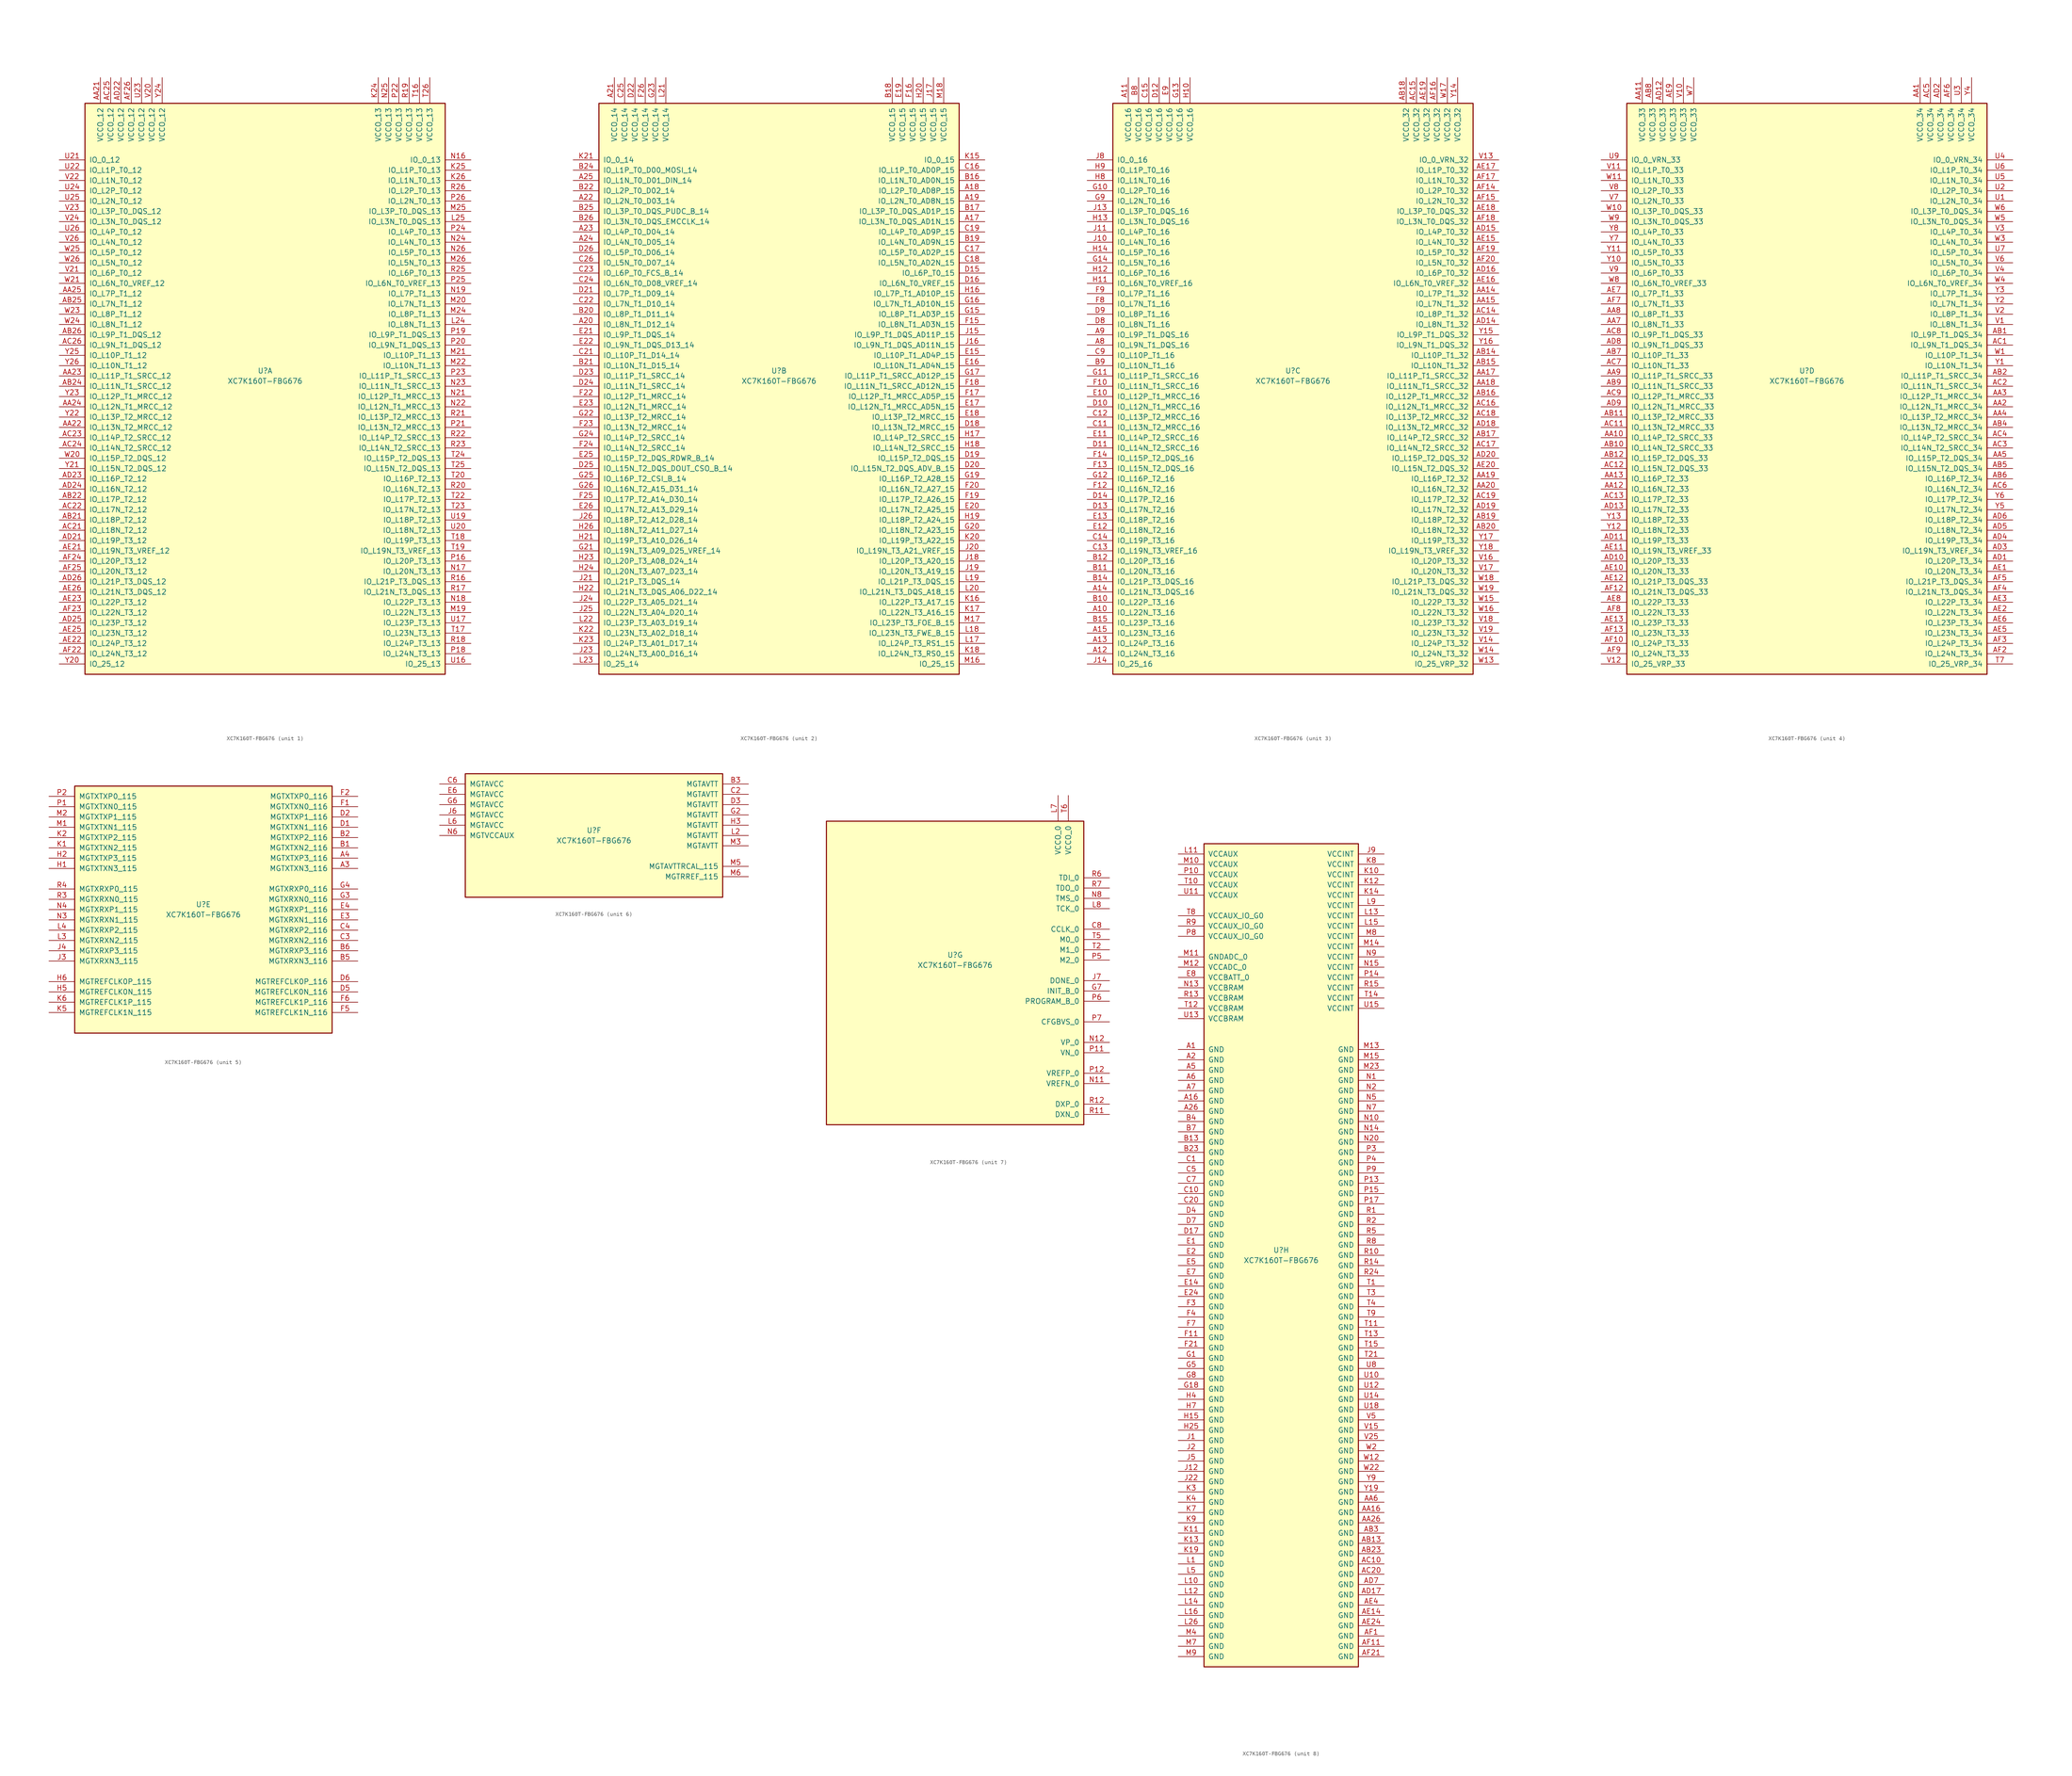
<source format=kicad_sym>
(kicad_symbol_lib
  (version 20201005)
  (generator kicad_symbol_editor)
  (symbol "XC7K160T-FBG676"
    (pin_names
      (offset 1.016))
    (property "Reference" "U"
      (at 0 1.27 0)
      (effects (font (size 1.27 1.27))))
    (property "Value" "XC7K160T-FBG676"
      (at 0 -1.27 0)
      (effects (font (size 1.27 1.27))))
    (property "Datasheet" ""
      (at 0 0 0)
      (effects (font (size 1.27 1.27))))
    (property "ki_locked" ""
      (at 0 0 0)
      (effects (font (size 1.27 1.27))))
    (symbol "XC7K160T-FBG676_1_1"
      (rectangle (start -44.45 67.31) (end 44.45 -73.66) (stroke (width 0.254)) (fill (type background)))
      (pin power_in line (at -40.64 73.66 270) (length 6.35) (name "VCCO_12" (effects (font (size 1.27 1.27)))) (number "AA21" (effects (font (size 1.27 1.27)))))
      (pin bidirectional line (at -50.8 -12.7 0) (length 6.35) (name "IO_L13N_T2_MRCC_12" (effects (font (size 1.27 1.27)))) (number "AA22" (effects (font (size 1.27 1.27)))))
      (pin bidirectional line (at -50.8 0 0) (length 6.35) (name "IO_L11P_T1_SRCC_12" (effects (font (size 1.27 1.27)))) (number "AA23" (effects (font (size 1.27 1.27)))))
      (pin bidirectional line (at -50.8 -7.62 0) (length 6.35) (name "IO_L12N_T1_MRCC_12" (effects (font (size 1.27 1.27)))) (number "AA24" (effects (font (size 1.27 1.27)))))
      (pin bidirectional line (at -50.8 20.32 0) (length 6.35) (name "IO_L7P_T1_12" (effects (font (size 1.27 1.27)))) (number "AA25" (effects (font (size 1.27 1.27)))))
      (pin bidirectional line (at -50.8 -35.56 0) (length 6.35) (name "IO_L18P_T2_12" (effects (font (size 1.27 1.27)))) (number "AB21" (effects (font (size 1.27 1.27)))))
      (pin bidirectional line (at -50.8 -30.48 0) (length 6.35) (name "IO_L17P_T2_12" (effects (font (size 1.27 1.27)))) (number "AB22" (effects (font (size 1.27 1.27)))))
      (pin bidirectional line (at -50.8 -2.54 0) (length 6.35) (name "IO_L11N_T1_SRCC_12" (effects (font (size 1.27 1.27)))) (number "AB24" (effects (font (size 1.27 1.27)))))
      (pin bidirectional line (at -50.8 17.78 0) (length 6.35) (name "IO_L7N_T1_12" (effects (font (size 1.27 1.27)))) (number "AB25" (effects (font (size 1.27 1.27)))))
      (pin bidirectional line (at -50.8 10.16 0) (length 6.35) (name "IO_L9P_T1_DQS_12" (effects (font (size 1.27 1.27)))) (number "AB26" (effects (font (size 1.27 1.27)))))
      (pin bidirectional line (at -50.8 -38.1 0) (length 6.35) (name "IO_L18N_T2_12" (effects (font (size 1.27 1.27)))) (number "AC21" (effects (font (size 1.27 1.27)))))
      (pin bidirectional line (at -50.8 -33.02 0) (length 6.35) (name "IO_L17N_T2_12" (effects (font (size 1.27 1.27)))) (number "AC22" (effects (font (size 1.27 1.27)))))
      (pin bidirectional line (at -50.8 -15.24 0) (length 6.35) (name "IO_L14P_T2_SRCC_12" (effects (font (size 1.27 1.27)))) (number "AC23" (effects (font (size 1.27 1.27)))))
      (pin bidirectional line (at -50.8 -17.78 0) (length 6.35) (name "IO_L14N_T2_SRCC_12" (effects (font (size 1.27 1.27)))) (number "AC24" (effects (font (size 1.27 1.27)))))
      (pin power_in line (at -38.1 73.66 270) (length 6.35) (name "VCCO_12" (effects (font (size 1.27 1.27)))) (number "AC25" (effects (font (size 1.27 1.27)))))
      (pin bidirectional line (at -50.8 7.62 0) (length 6.35) (name "IO_L9N_T1_DQS_12" (effects (font (size 1.27 1.27)))) (number "AC26" (effects (font (size 1.27 1.27)))))
      (pin bidirectional line (at -50.8 -40.64 0) (length 6.35) (name "IO_L19P_T3_12" (effects (font (size 1.27 1.27)))) (number "AD21" (effects (font (size 1.27 1.27)))))
      (pin power_in line (at -35.56 73.66 270) (length 6.35) (name "VCCO_12" (effects (font (size 1.27 1.27)))) (number "AD22" (effects (font (size 1.27 1.27)))))
      (pin bidirectional line (at -50.8 -25.4 0) (length 6.35) (name "IO_L16P_T2_12" (effects (font (size 1.27 1.27)))) (number "AD23" (effects (font (size 1.27 1.27)))))
      (pin bidirectional line (at -50.8 -27.94 0) (length 6.35) (name "IO_L16N_T2_12" (effects (font (size 1.27 1.27)))) (number "AD24" (effects (font (size 1.27 1.27)))))
      (pin bidirectional line (at -50.8 -60.96 0) (length 6.35) (name "IO_L23P_T3_12" (effects (font (size 1.27 1.27)))) (number "AD25" (effects (font (size 1.27 1.27)))))
      (pin bidirectional line (at -50.8 -50.8 0) (length 6.35) (name "IO_L21P_T3_DQS_12" (effects (font (size 1.27 1.27)))) (number "AD26" (effects (font (size 1.27 1.27)))))
      (pin bidirectional line (at -50.8 -43.18 0) (length 6.35) (name "IO_L19N_T3_VREF_12" (effects (font (size 1.27 1.27)))) (number "AE21" (effects (font (size 1.27 1.27)))))
      (pin bidirectional line (at -50.8 -66.04 0) (length 6.35) (name "IO_L24P_T3_12" (effects (font (size 1.27 1.27)))) (number "AE22" (effects (font (size 1.27 1.27)))))
      (pin bidirectional line (at -50.8 -55.88 0) (length 6.35) (name "IO_L22P_T3_12" (effects (font (size 1.27 1.27)))) (number "AE23" (effects (font (size 1.27 1.27)))))
      (pin bidirectional line (at -50.8 -63.5 0) (length 6.35) (name "IO_L23N_T3_12" (effects (font (size 1.27 1.27)))) (number "AE25" (effects (font (size 1.27 1.27)))))
      (pin bidirectional line (at -50.8 -53.34 0) (length 6.35) (name "IO_L21N_T3_DQS_12" (effects (font (size 1.27 1.27)))) (number "AE26" (effects (font (size 1.27 1.27)))))
      (pin bidirectional line (at -50.8 -68.58 0) (length 6.35) (name "IO_L24N_T3_12" (effects (font (size 1.27 1.27)))) (number "AF22" (effects (font (size 1.27 1.27)))))
      (pin bidirectional line (at -50.8 -58.42 0) (length 6.35) (name "IO_L22N_T3_12" (effects (font (size 1.27 1.27)))) (number "AF23" (effects (font (size 1.27 1.27)))))
      (pin bidirectional line (at -50.8 -45.72 0) (length 6.35) (name "IO_L20P_T3_12" (effects (font (size 1.27 1.27)))) (number "AF24" (effects (font (size 1.27 1.27)))))
      (pin bidirectional line (at -50.8 -48.26 0) (length 6.35) (name "IO_L20N_T3_12" (effects (font (size 1.27 1.27)))) (number "AF25" (effects (font (size 1.27 1.27)))))
      (pin power_in line (at -33.02 73.66 270) (length 6.35) (name "VCCO_12" (effects (font (size 1.27 1.27)))) (number "AF26" (effects (font (size 1.27 1.27)))))
      (pin power_in line (at 27.94 73.66 270) (length 6.35) (name "VCCO_13" (effects (font (size 1.27 1.27)))) (number "K24" (effects (font (size 1.27 1.27)))))
      (pin bidirectional line (at 50.8 50.8 180) (length 6.35) (name "IO_L1P_T0_13" (effects (font (size 1.27 1.27)))) (number "K25" (effects (font (size 1.27 1.27)))))
      (pin bidirectional line (at 50.8 48.26 180) (length 6.35) (name "IO_L1N_T0_13" (effects (font (size 1.27 1.27)))) (number "K26" (effects (font (size 1.27 1.27)))))
      (pin bidirectional line (at 50.8 12.7 180) (length 6.35) (name "IO_L8N_T1_13" (effects (font (size 1.27 1.27)))) (number "L24" (effects (font (size 1.27 1.27)))))
      (pin bidirectional line (at 50.8 38.1 180) (length 6.35) (name "IO_L3N_T0_DQS_13" (effects (font (size 1.27 1.27)))) (number "L25" (effects (font (size 1.27 1.27)))))
      (pin bidirectional line (at 50.8 -58.42 180) (length 6.35) (name "IO_L22N_T3_13" (effects (font (size 1.27 1.27)))) (number "M19" (effects (font (size 1.27 1.27)))))
      (pin bidirectional line (at 50.8 17.78 180) (length 6.35) (name "IO_L7N_T1_13" (effects (font (size 1.27 1.27)))) (number "M20" (effects (font (size 1.27 1.27)))))
      (pin bidirectional line (at 50.8 5.08 180) (length 6.35) (name "IO_L10P_T1_13" (effects (font (size 1.27 1.27)))) (number "M21" (effects (font (size 1.27 1.27)))))
      (pin bidirectional line (at 50.8 2.54 180) (length 6.35) (name "IO_L10N_T1_13" (effects (font (size 1.27 1.27)))) (number "M22" (effects (font (size 1.27 1.27)))))
      (pin bidirectional line (at 50.8 15.24 180) (length 6.35) (name "IO_L8P_T1_13" (effects (font (size 1.27 1.27)))) (number "M24" (effects (font (size 1.27 1.27)))))
      (pin bidirectional line (at 50.8 40.64 180) (length 6.35) (name "IO_L3P_T0_DQS_13" (effects (font (size 1.27 1.27)))) (number "M25" (effects (font (size 1.27 1.27)))))
      (pin bidirectional line (at 50.8 27.94 180) (length 6.35) (name "IO_L5N_T0_13" (effects (font (size 1.27 1.27)))) (number "M26" (effects (font (size 1.27 1.27)))))
      (pin bidirectional line (at 50.8 53.34 180) (length 6.35) (name "IO_0_13" (effects (font (size 1.27 1.27)))) (number "N16" (effects (font (size 1.27 1.27)))))
      (pin bidirectional line (at 50.8 -48.26 180) (length 6.35) (name "IO_L20N_T3_13" (effects (font (size 1.27 1.27)))) (number "N17" (effects (font (size 1.27 1.27)))))
      (pin bidirectional line (at 50.8 -55.88 180) (length 6.35) (name "IO_L22P_T3_13" (effects (font (size 1.27 1.27)))) (number "N18" (effects (font (size 1.27 1.27)))))
      (pin bidirectional line (at 50.8 20.32 180) (length 6.35) (name "IO_L7P_T1_13" (effects (font (size 1.27 1.27)))) (number "N19" (effects (font (size 1.27 1.27)))))
      (pin bidirectional line (at 50.8 -5.08 180) (length 6.35) (name "IO_L12P_T1_MRCC_13" (effects (font (size 1.27 1.27)))) (number "N21" (effects (font (size 1.27 1.27)))))
      (pin bidirectional line (at 50.8 -7.62 180) (length 6.35) (name "IO_L12N_T1_MRCC_13" (effects (font (size 1.27 1.27)))) (number "N22" (effects (font (size 1.27 1.27)))))
      (pin bidirectional line (at 50.8 -2.54 180) (length 6.35) (name "IO_L11N_T1_SRCC_13" (effects (font (size 1.27 1.27)))) (number "N23" (effects (font (size 1.27 1.27)))))
      (pin bidirectional line (at 50.8 33.02 180) (length 6.35) (name "IO_L4N_T0_13" (effects (font (size 1.27 1.27)))) (number "N24" (effects (font (size 1.27 1.27)))))
      (pin power_in line (at 30.48 73.66 270) (length 6.35) (name "VCCO_13" (effects (font (size 1.27 1.27)))) (number "N25" (effects (font (size 1.27 1.27)))))
      (pin bidirectional line (at 50.8 30.48 180) (length 6.35) (name "IO_L5P_T0_13" (effects (font (size 1.27 1.27)))) (number "N26" (effects (font (size 1.27 1.27)))))
      (pin bidirectional line (at 50.8 -45.72 180) (length 6.35) (name "IO_L20P_T3_13" (effects (font (size 1.27 1.27)))) (number "P16" (effects (font (size 1.27 1.27)))))
      (pin bidirectional line (at 50.8 -68.58 180) (length 6.35) (name "IO_L24N_T3_13" (effects (font (size 1.27 1.27)))) (number "P18" (effects (font (size 1.27 1.27)))))
      (pin bidirectional line (at 50.8 10.16 180) (length 6.35) (name "IO_L9P_T1_DQS_13" (effects (font (size 1.27 1.27)))) (number "P19" (effects (font (size 1.27 1.27)))))
      (pin bidirectional line (at 50.8 7.62 180) (length 6.35) (name "IO_L9N_T1_DQS_13" (effects (font (size 1.27 1.27)))) (number "P20" (effects (font (size 1.27 1.27)))))
      (pin bidirectional line (at 50.8 -12.7 180) (length 6.35) (name "IO_L13N_T2_MRCC_13" (effects (font (size 1.27 1.27)))) (number "P21" (effects (font (size 1.27 1.27)))))
      (pin power_in line (at 33.02 73.66 270) (length 6.35) (name "VCCO_13" (effects (font (size 1.27 1.27)))) (number "P22" (effects (font (size 1.27 1.27)))))
      (pin bidirectional line (at 50.8 0 180) (length 6.35) (name "IO_L11P_T1_SRCC_13" (effects (font (size 1.27 1.27)))) (number "P23" (effects (font (size 1.27 1.27)))))
      (pin bidirectional line (at 50.8 35.56 180) (length 6.35) (name "IO_L4P_T0_13" (effects (font (size 1.27 1.27)))) (number "P24" (effects (font (size 1.27 1.27)))))
      (pin bidirectional line (at 50.8 22.86 180) (length 6.35) (name "IO_L6N_T0_VREF_13" (effects (font (size 1.27 1.27)))) (number "P25" (effects (font (size 1.27 1.27)))))
      (pin bidirectional line (at 50.8 43.18 180) (length 6.35) (name "IO_L2N_T0_13" (effects (font (size 1.27 1.27)))) (number "P26" (effects (font (size 1.27 1.27)))))
      (pin bidirectional line (at 50.8 -50.8 180) (length 6.35) (name "IO_L21P_T3_DQS_13" (effects (font (size 1.27 1.27)))) (number "R16" (effects (font (size 1.27 1.27)))))
      (pin bidirectional line (at 50.8 -53.34 180) (length 6.35) (name "IO_L21N_T3_DQS_13" (effects (font (size 1.27 1.27)))) (number "R17" (effects (font (size 1.27 1.27)))))
      (pin bidirectional line (at 50.8 -66.04 180) (length 6.35) (name "IO_L24P_T3_13" (effects (font (size 1.27 1.27)))) (number "R18" (effects (font (size 1.27 1.27)))))
      (pin power_in line (at 35.56 73.66 270) (length 6.35) (name "VCCO_13" (effects (font (size 1.27 1.27)))) (number "R19" (effects (font (size 1.27 1.27)))))
      (pin bidirectional line (at 50.8 -27.94 180) (length 6.35) (name "IO_L16N_T2_13" (effects (font (size 1.27 1.27)))) (number "R20" (effects (font (size 1.27 1.27)))))
      (pin bidirectional line (at 50.8 -10.16 180) (length 6.35) (name "IO_L13P_T2_MRCC_13" (effects (font (size 1.27 1.27)))) (number "R21" (effects (font (size 1.27 1.27)))))
      (pin bidirectional line (at 50.8 -15.24 180) (length 6.35) (name "IO_L14P_T2_SRCC_13" (effects (font (size 1.27 1.27)))) (number "R22" (effects (font (size 1.27 1.27)))))
      (pin bidirectional line (at 50.8 -17.78 180) (length 6.35) (name "IO_L14N_T2_SRCC_13" (effects (font (size 1.27 1.27)))) (number "R23" (effects (font (size 1.27 1.27)))))
      (pin bidirectional line (at 50.8 25.4 180) (length 6.35) (name "IO_L6P_T0_13" (effects (font (size 1.27 1.27)))) (number "R25" (effects (font (size 1.27 1.27)))))
      (pin bidirectional line (at 50.8 45.72 180) (length 6.35) (name "IO_L2P_T0_13" (effects (font (size 1.27 1.27)))) (number "R26" (effects (font (size 1.27 1.27)))))
      (pin power_in line (at 38.1 73.66 270) (length 6.35) (name "VCCO_13" (effects (font (size 1.27 1.27)))) (number "T16" (effects (font (size 1.27 1.27)))))
      (pin bidirectional line (at 50.8 -63.5 180) (length 6.35) (name "IO_L23N_T3_13" (effects (font (size 1.27 1.27)))) (number "T17" (effects (font (size 1.27 1.27)))))
      (pin bidirectional line (at 50.8 -40.64 180) (length 6.35) (name "IO_L19P_T3_13" (effects (font (size 1.27 1.27)))) (number "T18" (effects (font (size 1.27 1.27)))))
      (pin bidirectional line (at 50.8 -43.18 180) (length 6.35) (name "IO_L19N_T3_VREF_13" (effects (font (size 1.27 1.27)))) (number "T19" (effects (font (size 1.27 1.27)))))
      (pin bidirectional line (at 50.8 -25.4 180) (length 6.35) (name "IO_L16P_T2_13" (effects (font (size 1.27 1.27)))) (number "T20" (effects (font (size 1.27 1.27)))))
      (pin bidirectional line (at 50.8 -30.48 180) (length 6.35) (name "IO_L17P_T2_13" (effects (font (size 1.27 1.27)))) (number "T22" (effects (font (size 1.27 1.27)))))
      (pin bidirectional line (at 50.8 -33.02 180) (length 6.35) (name "IO_L17N_T2_13" (effects (font (size 1.27 1.27)))) (number "T23" (effects (font (size 1.27 1.27)))))
      (pin bidirectional line (at 50.8 -20.32 180) (length 6.35) (name "IO_L15P_T2_DQS_13" (effects (font (size 1.27 1.27)))) (number "T24" (effects (font (size 1.27 1.27)))))
      (pin bidirectional line (at 50.8 -22.86 180) (length 6.35) (name "IO_L15N_T2_DQS_13" (effects (font (size 1.27 1.27)))) (number "T25" (effects (font (size 1.27 1.27)))))
      (pin power_in line (at 40.64 73.66 270) (length 6.35) (name "VCCO_13" (effects (font (size 1.27 1.27)))) (number "T26" (effects (font (size 1.27 1.27)))))
      (pin bidirectional line (at 50.8 -71.12 180) (length 6.35) (name "IO_25_13" (effects (font (size 1.27 1.27)))) (number "U16" (effects (font (size 1.27 1.27)))))
      (pin bidirectional line (at 50.8 -60.96 180) (length 6.35) (name "IO_L23P_T3_13" (effects (font (size 1.27 1.27)))) (number "U17" (effects (font (size 1.27 1.27)))))
      (pin bidirectional line (at 50.8 -35.56 180) (length 6.35) (name "IO_L18P_T2_13" (effects (font (size 1.27 1.27)))) (number "U19" (effects (font (size 1.27 1.27)))))
      (pin bidirectional line (at 50.8 -38.1 180) (length 6.35) (name "IO_L18N_T2_13" (effects (font (size 1.27 1.27)))) (number "U20" (effects (font (size 1.27 1.27)))))
      (pin bidirectional line (at -50.8 53.34 0) (length 6.35) (name "IO_0_12" (effects (font (size 1.27 1.27)))) (number "U21" (effects (font (size 1.27 1.27)))))
      (pin bidirectional line (at -50.8 50.8 0) (length 6.35) (name "IO_L1P_T0_12" (effects (font (size 1.27 1.27)))) (number "U22" (effects (font (size 1.27 1.27)))))
      (pin power_in line (at -30.48 73.66 270) (length 6.35) (name "VCCO_12" (effects (font (size 1.27 1.27)))) (number "U23" (effects (font (size 1.27 1.27)))))
      (pin bidirectional line (at -50.8 45.72 0) (length 6.35) (name "IO_L2P_T0_12" (effects (font (size 1.27 1.27)))) (number "U24" (effects (font (size 1.27 1.27)))))
      (pin bidirectional line (at -50.8 43.18 0) (length 6.35) (name "IO_L2N_T0_12" (effects (font (size 1.27 1.27)))) (number "U25" (effects (font (size 1.27 1.27)))))
      (pin bidirectional line (at -50.8 35.56 0) (length 6.35) (name "IO_L4P_T0_12" (effects (font (size 1.27 1.27)))) (number "U26" (effects (font (size 1.27 1.27)))))
      (pin power_in line (at -27.94 73.66 270) (length 6.35) (name "VCCO_12" (effects (font (size 1.27 1.27)))) (number "V20" (effects (font (size 1.27 1.27)))))
      (pin bidirectional line (at -50.8 25.4 0) (length 6.35) (name "IO_L6P_T0_12" (effects (font (size 1.27 1.27)))) (number "V21" (effects (font (size 1.27 1.27)))))
      (pin bidirectional line (at -50.8 48.26 0) (length 6.35) (name "IO_L1N_T0_12" (effects (font (size 1.27 1.27)))) (number "V22" (effects (font (size 1.27 1.27)))))
      (pin bidirectional line (at -50.8 40.64 0) (length 6.35) (name "IO_L3P_T0_DQS_12" (effects (font (size 1.27 1.27)))) (number "V23" (effects (font (size 1.27 1.27)))))
      (pin bidirectional line (at -50.8 38.1 0) (length 6.35) (name "IO_L3N_T0_DQS_12" (effects (font (size 1.27 1.27)))) (number "V24" (effects (font (size 1.27 1.27)))))
      (pin bidirectional line (at -50.8 33.02 0) (length 6.35) (name "IO_L4N_T0_12" (effects (font (size 1.27 1.27)))) (number "V26" (effects (font (size 1.27 1.27)))))
      (pin bidirectional line (at -50.8 -20.32 0) (length 6.35) (name "IO_L15P_T2_DQS_12" (effects (font (size 1.27 1.27)))) (number "W20" (effects (font (size 1.27 1.27)))))
      (pin bidirectional line (at -50.8 22.86 0) (length 6.35) (name "IO_L6N_T0_VREF_12" (effects (font (size 1.27 1.27)))) (number "W21" (effects (font (size 1.27 1.27)))))
      (pin bidirectional line (at -50.8 15.24 0) (length 6.35) (name "IO_L8P_T1_12" (effects (font (size 1.27 1.27)))) (number "W23" (effects (font (size 1.27 1.27)))))
      (pin bidirectional line (at -50.8 12.7 0) (length 6.35) (name "IO_L8N_T1_12" (effects (font (size 1.27 1.27)))) (number "W24" (effects (font (size 1.27 1.27)))))
      (pin bidirectional line (at -50.8 30.48 0) (length 6.35) (name "IO_L5P_T0_12" (effects (font (size 1.27 1.27)))) (number "W25" (effects (font (size 1.27 1.27)))))
      (pin bidirectional line (at -50.8 27.94 0) (length 6.35) (name "IO_L5N_T0_12" (effects (font (size 1.27 1.27)))) (number "W26" (effects (font (size 1.27 1.27)))))
      (pin bidirectional line (at -50.8 -71.12 0) (length 6.35) (name "IO_25_12" (effects (font (size 1.27 1.27)))) (number "Y20" (effects (font (size 1.27 1.27)))))
      (pin bidirectional line (at -50.8 -22.86 0) (length 6.35) (name "IO_L15N_T2_DQS_12" (effects (font (size 1.27 1.27)))) (number "Y21" (effects (font (size 1.27 1.27)))))
      (pin bidirectional line (at -50.8 -10.16 0) (length 6.35) (name "IO_L13P_T2_MRCC_12" (effects (font (size 1.27 1.27)))) (number "Y22" (effects (font (size 1.27 1.27)))))
      (pin bidirectional line (at -50.8 -5.08 0) (length 6.35) (name "IO_L12P_T1_MRCC_12" (effects (font (size 1.27 1.27)))) (number "Y23" (effects (font (size 1.27 1.27)))))
      (pin power_in line (at -25.4 73.66 270) (length 6.35) (name "VCCO_12" (effects (font (size 1.27 1.27)))) (number "Y24" (effects (font (size 1.27 1.27)))))
      (pin bidirectional line (at -50.8 5.08 0) (length 6.35) (name "IO_L10P_T1_12" (effects (font (size 1.27 1.27)))) (number "Y25" (effects (font (size 1.27 1.27)))))
      (pin bidirectional line (at -50.8 2.54 0) (length 6.35) (name "IO_L10N_T1_12" (effects (font (size 1.27 1.27)))) (number "Y26" (effects (font (size 1.27 1.27))))))
    (symbol "XC7K160T-FBG676_2_1"
      (rectangle (start -44.45 67.31) (end 44.45 -73.66) (stroke (width 0.254)) (fill (type background)))
      (pin bidirectional line (at 50.8 38.1 180) (length 6.35) (name "IO_L3N_T0_DQS_AD1N_15" (effects (font (size 1.27 1.27)))) (number "A17" (effects (font (size 1.27 1.27)))))
      (pin bidirectional line (at 50.8 45.72 180) (length 6.35) (name "IO_L2P_T0_AD8P_15" (effects (font (size 1.27 1.27)))) (number "A18" (effects (font (size 1.27 1.27)))))
      (pin bidirectional line (at 50.8 43.18 180) (length 6.35) (name "IO_L2N_T0_AD8N_15" (effects (font (size 1.27 1.27)))) (number "A19" (effects (font (size 1.27 1.27)))))
      (pin bidirectional line (at -50.8 12.7 0) (length 6.35) (name "IO_L8N_T1_D12_14" (effects (font (size 1.27 1.27)))) (number "A20" (effects (font (size 1.27 1.27)))))
      (pin power_in line (at -40.64 73.66 270) (length 6.35) (name "VCCO_14" (effects (font (size 1.27 1.27)))) (number "A21" (effects (font (size 1.27 1.27)))))
      (pin bidirectional line (at -50.8 43.18 0) (length 6.35) (name "IO_L2N_T0_D03_14" (effects (font (size 1.27 1.27)))) (number "A22" (effects (font (size 1.27 1.27)))))
      (pin bidirectional line (at -50.8 35.56 0) (length 6.35) (name "IO_L4P_T0_D04_14" (effects (font (size 1.27 1.27)))) (number "A23" (effects (font (size 1.27 1.27)))))
      (pin bidirectional line (at -50.8 33.02 0) (length 6.35) (name "IO_L4N_T0_D05_14" (effects (font (size 1.27 1.27)))) (number "A24" (effects (font (size 1.27 1.27)))))
      (pin bidirectional line (at -50.8 48.26 0) (length 6.35) (name "IO_L1N_T0_D01_DIN_14" (effects (font (size 1.27 1.27)))) (number "A25" (effects (font (size 1.27 1.27)))))
      (pin bidirectional line (at 50.8 48.26 180) (length 6.35) (name "IO_L1N_T0_AD0N_15" (effects (font (size 1.27 1.27)))) (number "B16" (effects (font (size 1.27 1.27)))))
      (pin bidirectional line (at 50.8 40.64 180) (length 6.35) (name "IO_L3P_T0_DQS_AD1P_15" (effects (font (size 1.27 1.27)))) (number "B17" (effects (font (size 1.27 1.27)))))
      (pin power_in line (at 27.94 73.66 270) (length 6.35) (name "VCCO_15" (effects (font (size 1.27 1.27)))) (number "B18" (effects (font (size 1.27 1.27)))))
      (pin bidirectional line (at 50.8 33.02 180) (length 6.35) (name "IO_L4N_T0_AD9N_15" (effects (font (size 1.27 1.27)))) (number "B19" (effects (font (size 1.27 1.27)))))
      (pin bidirectional line (at -50.8 15.24 0) (length 6.35) (name "IO_L8P_T1_D11_14" (effects (font (size 1.27 1.27)))) (number "B20" (effects (font (size 1.27 1.27)))))
      (pin bidirectional line (at -50.8 2.54 0) (length 6.35) (name "IO_L10N_T1_D15_14" (effects (font (size 1.27 1.27)))) (number "B21" (effects (font (size 1.27 1.27)))))
      (pin bidirectional line (at -50.8 45.72 0) (length 6.35) (name "IO_L2P_T0_D02_14" (effects (font (size 1.27 1.27)))) (number "B22" (effects (font (size 1.27 1.27)))))
      (pin bidirectional line (at -50.8 50.8 0) (length 6.35) (name "IO_L1P_T0_D00_MOSI_14" (effects (font (size 1.27 1.27)))) (number "B24" (effects (font (size 1.27 1.27)))))
      (pin bidirectional line (at -50.8 40.64 0) (length 6.35) (name "IO_L3P_T0_DQS_PUDC_B_14" (effects (font (size 1.27 1.27)))) (number "B25" (effects (font (size 1.27 1.27)))))
      (pin bidirectional line (at -50.8 38.1 0) (length 6.35) (name "IO_L3N_T0_DQS_EMCCLK_14" (effects (font (size 1.27 1.27)))) (number "B26" (effects (font (size 1.27 1.27)))))
      (pin bidirectional line (at 50.8 50.8 180) (length 6.35) (name "IO_L1P_T0_AD0P_15" (effects (font (size 1.27 1.27)))) (number "C16" (effects (font (size 1.27 1.27)))))
      (pin bidirectional line (at 50.8 30.48 180) (length 6.35) (name "IO_L5P_T0_AD2P_15" (effects (font (size 1.27 1.27)))) (number "C17" (effects (font (size 1.27 1.27)))))
      (pin bidirectional line (at 50.8 27.94 180) (length 6.35) (name "IO_L5N_T0_AD2N_15" (effects (font (size 1.27 1.27)))) (number "C18" (effects (font (size 1.27 1.27)))))
      (pin bidirectional line (at 50.8 35.56 180) (length 6.35) (name "IO_L4P_T0_AD9P_15" (effects (font (size 1.27 1.27)))) (number "C19" (effects (font (size 1.27 1.27)))))
      (pin bidirectional line (at -50.8 5.08 0) (length 6.35) (name "IO_L10P_T1_D14_14" (effects (font (size 1.27 1.27)))) (number "C21" (effects (font (size 1.27 1.27)))))
      (pin bidirectional line (at -50.8 17.78 0) (length 6.35) (name "IO_L7N_T1_D10_14" (effects (font (size 1.27 1.27)))) (number "C22" (effects (font (size 1.27 1.27)))))
      (pin bidirectional line (at -50.8 25.4 0) (length 6.35) (name "IO_L6P_T0_FCS_B_14" (effects (font (size 1.27 1.27)))) (number "C23" (effects (font (size 1.27 1.27)))))
      (pin bidirectional line (at -50.8 22.86 0) (length 6.35) (name "IO_L6N_T0_D08_VREF_14" (effects (font (size 1.27 1.27)))) (number "C24" (effects (font (size 1.27 1.27)))))
      (pin power_in line (at -38.1 73.66 270) (length 6.35) (name "VCCO_14" (effects (font (size 1.27 1.27)))) (number "C25" (effects (font (size 1.27 1.27)))))
      (pin bidirectional line (at -50.8 27.94 0) (length 6.35) (name "IO_L5N_T0_D07_14" (effects (font (size 1.27 1.27)))) (number "C26" (effects (font (size 1.27 1.27)))))
      (pin bidirectional line (at 50.8 25.4 180) (length 6.35) (name "IO_L6P_T0_15" (effects (font (size 1.27 1.27)))) (number "D15" (effects (font (size 1.27 1.27)))))
      (pin bidirectional line (at 50.8 22.86 180) (length 6.35) (name "IO_L6N_T0_VREF_15" (effects (font (size 1.27 1.27)))) (number "D16" (effects (font (size 1.27 1.27)))))
      (pin bidirectional line (at 50.8 -12.7 180) (length 6.35) (name "IO_L13N_T2_MRCC_15" (effects (font (size 1.27 1.27)))) (number "D18" (effects (font (size 1.27 1.27)))))
      (pin bidirectional line (at 50.8 -20.32 180) (length 6.35) (name "IO_L15P_T2_DQS_15" (effects (font (size 1.27 1.27)))) (number "D19" (effects (font (size 1.27 1.27)))))
      (pin bidirectional line (at 50.8 -22.86 180) (length 6.35) (name "IO_L15N_T2_DQS_ADV_B_15" (effects (font (size 1.27 1.27)))) (number "D20" (effects (font (size 1.27 1.27)))))
      (pin bidirectional line (at -50.8 20.32 0) (length 6.35) (name "IO_L7P_T1_D09_14" (effects (font (size 1.27 1.27)))) (number "D21" (effects (font (size 1.27 1.27)))))
      (pin power_in line (at -35.56 73.66 270) (length 6.35) (name "VCCO_14" (effects (font (size 1.27 1.27)))) (number "D22" (effects (font (size 1.27 1.27)))))
      (pin bidirectional line (at -50.8 0 0) (length 6.35) (name "IO_L11P_T1_SRCC_14" (effects (font (size 1.27 1.27)))) (number "D23" (effects (font (size 1.27 1.27)))))
      (pin bidirectional line (at -50.8 -2.54 0) (length 6.35) (name "IO_L11N_T1_SRCC_14" (effects (font (size 1.27 1.27)))) (number "D24" (effects (font (size 1.27 1.27)))))
      (pin bidirectional line (at -50.8 -22.86 0) (length 6.35) (name "IO_L15N_T2_DQS_DOUT_CSO_B_14" (effects (font (size 1.27 1.27)))) (number "D25" (effects (font (size 1.27 1.27)))))
      (pin bidirectional line (at -50.8 30.48 0) (length 6.35) (name "IO_L5P_T0_D06_14" (effects (font (size 1.27 1.27)))) (number "D26" (effects (font (size 1.27 1.27)))))
      (pin bidirectional line (at 50.8 5.08 180) (length 6.35) (name "IO_L10P_T1_AD4P_15" (effects (font (size 1.27 1.27)))) (number "E15" (effects (font (size 1.27 1.27)))))
      (pin bidirectional line (at 50.8 2.54 180) (length 6.35) (name "IO_L10N_T1_AD4N_15" (effects (font (size 1.27 1.27)))) (number "E16" (effects (font (size 1.27 1.27)))))
      (pin bidirectional line (at 50.8 -7.62 180) (length 6.35) (name "IO_L12N_T1_MRCC_AD5N_15" (effects (font (size 1.27 1.27)))) (number "E17" (effects (font (size 1.27 1.27)))))
      (pin bidirectional line (at 50.8 -10.16 180) (length 6.35) (name "IO_L13P_T2_MRCC_15" (effects (font (size 1.27 1.27)))) (number "E18" (effects (font (size 1.27 1.27)))))
      (pin power_in line (at 30.48 73.66 270) (length 6.35) (name "VCCO_15" (effects (font (size 1.27 1.27)))) (number "E19" (effects (font (size 1.27 1.27)))))
      (pin bidirectional line (at 50.8 -33.02 180) (length 6.35) (name "IO_L17N_T2_A25_15" (effects (font (size 1.27 1.27)))) (number "E20" (effects (font (size 1.27 1.27)))))
      (pin bidirectional line (at -50.8 10.16 0) (length 6.35) (name "IO_L9P_T1_DQS_14" (effects (font (size 1.27 1.27)))) (number "E21" (effects (font (size 1.27 1.27)))))
      (pin bidirectional line (at -50.8 7.62 0) (length 6.35) (name "IO_L9N_T1_DQS_D13_14" (effects (font (size 1.27 1.27)))) (number "E22" (effects (font (size 1.27 1.27)))))
      (pin bidirectional line (at -50.8 -7.62 0) (length 6.35) (name "IO_L12N_T1_MRCC_14" (effects (font (size 1.27 1.27)))) (number "E23" (effects (font (size 1.27 1.27)))))
      (pin bidirectional line (at -50.8 -20.32 0) (length 6.35) (name "IO_L15P_T2_DQS_RDWR_B_14" (effects (font (size 1.27 1.27)))) (number "E25" (effects (font (size 1.27 1.27)))))
      (pin bidirectional line (at -50.8 -33.02 0) (length 6.35) (name "IO_L17N_T2_A13_D29_14" (effects (font (size 1.27 1.27)))) (number "E26" (effects (font (size 1.27 1.27)))))
      (pin bidirectional line (at 50.8 12.7 180) (length 6.35) (name "IO_L8N_T1_AD3N_15" (effects (font (size 1.27 1.27)))) (number "F15" (effects (font (size 1.27 1.27)))))
      (pin power_in line (at 33.02 73.66 270) (length 6.35) (name "VCCO_15" (effects (font (size 1.27 1.27)))) (number "F16" (effects (font (size 1.27 1.27)))))
      (pin bidirectional line (at 50.8 -5.08 180) (length 6.35) (name "IO_L12P_T1_MRCC_AD5P_15" (effects (font (size 1.27 1.27)))) (number "F17" (effects (font (size 1.27 1.27)))))
      (pin bidirectional line (at 50.8 -2.54 180) (length 6.35) (name "IO_L11N_T1_SRCC_AD12N_15" (effects (font (size 1.27 1.27)))) (number "F18" (effects (font (size 1.27 1.27)))))
      (pin bidirectional line (at 50.8 -30.48 180) (length 6.35) (name "IO_L17P_T2_A26_15" (effects (font (size 1.27 1.27)))) (number "F19" (effects (font (size 1.27 1.27)))))
      (pin bidirectional line (at 50.8 -27.94 180) (length 6.35) (name "IO_L16N_T2_A27_15" (effects (font (size 1.27 1.27)))) (number "F20" (effects (font (size 1.27 1.27)))))
      (pin bidirectional line (at -50.8 -5.08 0) (length 6.35) (name "IO_L12P_T1_MRCC_14" (effects (font (size 1.27 1.27)))) (number "F22" (effects (font (size 1.27 1.27)))))
      (pin bidirectional line (at -50.8 -12.7 0) (length 6.35) (name "IO_L13N_T2_MRCC_14" (effects (font (size 1.27 1.27)))) (number "F23" (effects (font (size 1.27 1.27)))))
      (pin bidirectional line (at -50.8 -17.78 0) (length 6.35) (name "IO_L14N_T2_SRCC_14" (effects (font (size 1.27 1.27)))) (number "F24" (effects (font (size 1.27 1.27)))))
      (pin bidirectional line (at -50.8 -30.48 0) (length 6.35) (name "IO_L17P_T2_A14_D30_14" (effects (font (size 1.27 1.27)))) (number "F25" (effects (font (size 1.27 1.27)))))
      (pin power_in line (at -33.02 73.66 270) (length 6.35) (name "VCCO_14" (effects (font (size 1.27 1.27)))) (number "F26" (effects (font (size 1.27 1.27)))))
      (pin bidirectional line (at 50.8 15.24 180) (length 6.35) (name "IO_L8P_T1_AD3P_15" (effects (font (size 1.27 1.27)))) (number "G15" (effects (font (size 1.27 1.27)))))
      (pin bidirectional line (at 50.8 17.78 180) (length 6.35) (name "IO_L7N_T1_AD10N_15" (effects (font (size 1.27 1.27)))) (number "G16" (effects (font (size 1.27 1.27)))))
      (pin bidirectional line (at 50.8 0 180) (length 6.35) (name "IO_L11P_T1_SRCC_AD12P_15" (effects (font (size 1.27 1.27)))) (number "G17" (effects (font (size 1.27 1.27)))))
      (pin bidirectional line (at 50.8 -25.4 180) (length 6.35) (name "IO_L16P_T2_A28_15" (effects (font (size 1.27 1.27)))) (number "G19" (effects (font (size 1.27 1.27)))))
      (pin bidirectional line (at 50.8 -38.1 180) (length 6.35) (name "IO_L18N_T2_A23_15" (effects (font (size 1.27 1.27)))) (number "G20" (effects (font (size 1.27 1.27)))))
      (pin bidirectional line (at -50.8 -43.18 0) (length 6.35) (name "IO_L19N_T3_A09_D25_VREF_14" (effects (font (size 1.27 1.27)))) (number "G21" (effects (font (size 1.27 1.27)))))
      (pin bidirectional line (at -50.8 -10.16 0) (length 6.35) (name "IO_L13P_T2_MRCC_14" (effects (font (size 1.27 1.27)))) (number "G22" (effects (font (size 1.27 1.27)))))
      (pin power_in line (at -30.48 73.66 270) (length 6.35) (name "VCCO_14" (effects (font (size 1.27 1.27)))) (number "G23" (effects (font (size 1.27 1.27)))))
      (pin bidirectional line (at -50.8 -15.24 0) (length 6.35) (name "IO_L14P_T2_SRCC_14" (effects (font (size 1.27 1.27)))) (number "G24" (effects (font (size 1.27 1.27)))))
      (pin bidirectional line (at -50.8 -25.4 0) (length 6.35) (name "IO_L16P_T2_CSI_B_14" (effects (font (size 1.27 1.27)))) (number "G25" (effects (font (size 1.27 1.27)))))
      (pin bidirectional line (at -50.8 -27.94 0) (length 6.35) (name "IO_L16N_T2_A15_D31_14" (effects (font (size 1.27 1.27)))) (number "G26" (effects (font (size 1.27 1.27)))))
      (pin bidirectional line (at 50.8 20.32 180) (length 6.35) (name "IO_L7P_T1_AD10P_15" (effects (font (size 1.27 1.27)))) (number "H16" (effects (font (size 1.27 1.27)))))
      (pin bidirectional line (at 50.8 -15.24 180) (length 6.35) (name "IO_L14P_T2_SRCC_15" (effects (font (size 1.27 1.27)))) (number "H17" (effects (font (size 1.27 1.27)))))
      (pin bidirectional line (at 50.8 -17.78 180) (length 6.35) (name "IO_L14N_T2_SRCC_15" (effects (font (size 1.27 1.27)))) (number "H18" (effects (font (size 1.27 1.27)))))
      (pin bidirectional line (at 50.8 -35.56 180) (length 6.35) (name "IO_L18P_T2_A24_15" (effects (font (size 1.27 1.27)))) (number "H19" (effects (font (size 1.27 1.27)))))
      (pin power_in line (at 35.56 73.66 270) (length 6.35) (name "VCCO_15" (effects (font (size 1.27 1.27)))) (number "H20" (effects (font (size 1.27 1.27)))))
      (pin bidirectional line (at -50.8 -40.64 0) (length 6.35) (name "IO_L19P_T3_A10_D26_14" (effects (font (size 1.27 1.27)))) (number "H21" (effects (font (size 1.27 1.27)))))
      (pin bidirectional line (at -50.8 -53.34 0) (length 6.35) (name "IO_L21N_T3_DQS_A06_D22_14" (effects (font (size 1.27 1.27)))) (number "H22" (effects (font (size 1.27 1.27)))))
      (pin bidirectional line (at -50.8 -45.72 0) (length 6.35) (name "IO_L20P_T3_A08_D24_14" (effects (font (size 1.27 1.27)))) (number "H23" (effects (font (size 1.27 1.27)))))
      (pin bidirectional line (at -50.8 -48.26 0) (length 6.35) (name "IO_L20N_T3_A07_D23_14" (effects (font (size 1.27 1.27)))) (number "H24" (effects (font (size 1.27 1.27)))))
      (pin bidirectional line (at -50.8 -38.1 0) (length 6.35) (name "IO_L18N_T2_A11_D27_14" (effects (font (size 1.27 1.27)))) (number "H26" (effects (font (size 1.27 1.27)))))
      (pin bidirectional line (at 50.8 10.16 180) (length 6.35) (name "IO_L9P_T1_DQS_AD11P_15" (effects (font (size 1.27 1.27)))) (number "J15" (effects (font (size 1.27 1.27)))))
      (pin bidirectional line (at 50.8 7.62 180) (length 6.35) (name "IO_L9N_T1_DQS_AD11N_15" (effects (font (size 1.27 1.27)))) (number "J16" (effects (font (size 1.27 1.27)))))
      (pin power_in line (at 38.1 73.66 270) (length 6.35) (name "VCCO_15" (effects (font (size 1.27 1.27)))) (number "J17" (effects (font (size 1.27 1.27)))))
      (pin bidirectional line (at 50.8 -45.72 180) (length 6.35) (name "IO_L20P_T3_A20_15" (effects (font (size 1.27 1.27)))) (number "J18" (effects (font (size 1.27 1.27)))))
      (pin bidirectional line (at 50.8 -48.26 180) (length 6.35) (name "IO_L20N_T3_A19_15" (effects (font (size 1.27 1.27)))) (number "J19" (effects (font (size 1.27 1.27)))))
      (pin bidirectional line (at 50.8 -43.18 180) (length 6.35) (name "IO_L19N_T3_A21_VREF_15" (effects (font (size 1.27 1.27)))) (number "J20" (effects (font (size 1.27 1.27)))))
      (pin bidirectional line (at -50.8 -50.8 0) (length 6.35) (name "IO_L21P_T3_DQS_14" (effects (font (size 1.27 1.27)))) (number "J21" (effects (font (size 1.27 1.27)))))
      (pin bidirectional line (at -50.8 -68.58 0) (length 6.35) (name "IO_L24N_T3_A00_D16_14" (effects (font (size 1.27 1.27)))) (number "J23" (effects (font (size 1.27 1.27)))))
      (pin bidirectional line (at -50.8 -55.88 0) (length 6.35) (name "IO_L22P_T3_A05_D21_14" (effects (font (size 1.27 1.27)))) (number "J24" (effects (font (size 1.27 1.27)))))
      (pin bidirectional line (at -50.8 -58.42 0) (length 6.35) (name "IO_L22N_T3_A04_D20_14" (effects (font (size 1.27 1.27)))) (number "J25" (effects (font (size 1.27 1.27)))))
      (pin bidirectional line (at -50.8 -35.56 0) (length 6.35) (name "IO_L18P_T2_A12_D28_14" (effects (font (size 1.27 1.27)))) (number "J26" (effects (font (size 1.27 1.27)))))
      (pin bidirectional line (at 50.8 53.34 180) (length 6.35) (name "IO_0_15" (effects (font (size 1.27 1.27)))) (number "K15" (effects (font (size 1.27 1.27)))))
      (pin bidirectional line (at 50.8 -55.88 180) (length 6.35) (name "IO_L22P_T3_A17_15" (effects (font (size 1.27 1.27)))) (number "K16" (effects (font (size 1.27 1.27)))))
      (pin bidirectional line (at 50.8 -58.42 180) (length 6.35) (name "IO_L22N_T3_A16_15" (effects (font (size 1.27 1.27)))) (number "K17" (effects (font (size 1.27 1.27)))))
      (pin bidirectional line (at 50.8 -68.58 180) (length 6.35) (name "IO_L24N_T3_RS0_15" (effects (font (size 1.27 1.27)))) (number "K18" (effects (font (size 1.27 1.27)))))
      (pin bidirectional line (at 50.8 -40.64 180) (length 6.35) (name "IO_L19P_T3_A22_15" (effects (font (size 1.27 1.27)))) (number "K20" (effects (font (size 1.27 1.27)))))
      (pin bidirectional line (at -50.8 53.34 0) (length 6.35) (name "IO_0_14" (effects (font (size 1.27 1.27)))) (number "K21" (effects (font (size 1.27 1.27)))))
      (pin bidirectional line (at -50.8 -63.5 0) (length 6.35) (name "IO_L23N_T3_A02_D18_14" (effects (font (size 1.27 1.27)))) (number "K22" (effects (font (size 1.27 1.27)))))
      (pin bidirectional line (at -50.8 -66.04 0) (length 6.35) (name "IO_L24P_T3_A01_D17_14" (effects (font (size 1.27 1.27)))) (number "K23" (effects (font (size 1.27 1.27)))))
      (pin bidirectional line (at 50.8 -66.04 180) (length 6.35) (name "IO_L24P_T3_RS1_15" (effects (font (size 1.27 1.27)))) (number "L17" (effects (font (size 1.27 1.27)))))
      (pin bidirectional line (at 50.8 -63.5 180) (length 6.35) (name "IO_L23N_T3_FWE_B_15" (effects (font (size 1.27 1.27)))) (number "L18" (effects (font (size 1.27 1.27)))))
      (pin bidirectional line (at 50.8 -50.8 180) (length 6.35) (name "IO_L21P_T3_DQS_15" (effects (font (size 1.27 1.27)))) (number "L19" (effects (font (size 1.27 1.27)))))
      (pin bidirectional line (at 50.8 -53.34 180) (length 6.35) (name "IO_L21N_T3_DQS_A18_15" (effects (font (size 1.27 1.27)))) (number "L20" (effects (font (size 1.27 1.27)))))
      (pin power_in line (at -27.94 73.66 270) (length 6.35) (name "VCCO_14" (effects (font (size 1.27 1.27)))) (number "L21" (effects (font (size 1.27 1.27)))))
      (pin bidirectional line (at -50.8 -60.96 0) (length 6.35) (name "IO_L23P_T3_A03_D19_14" (effects (font (size 1.27 1.27)))) (number "L22" (effects (font (size 1.27 1.27)))))
      (pin bidirectional line (at -50.8 -71.12 0) (length 6.35) (name "IO_25_14" (effects (font (size 1.27 1.27)))) (number "L23" (effects (font (size 1.27 1.27)))))
      (pin bidirectional line (at 50.8 -71.12 180) (length 6.35) (name "IO_25_15" (effects (font (size 1.27 1.27)))) (number "M16" (effects (font (size 1.27 1.27)))))
      (pin bidirectional line (at 50.8 -60.96 180) (length 6.35) (name "IO_L23P_T3_FOE_B_15" (effects (font (size 1.27 1.27)))) (number "M17" (effects (font (size 1.27 1.27)))))
      (pin power_in line (at 40.64 73.66 270) (length 6.35) (name "VCCO_15" (effects (font (size 1.27 1.27)))) (number "M18" (effects (font (size 1.27 1.27))))))
    (symbol "XC7K160T-FBG676_3_1"
      (rectangle (start -44.45 67.31) (end 44.45 -73.66) (stroke (width 0.254)) (fill (type background)))
      (pin bidirectional line (at -50.8 -58.42 0) (length 6.35) (name "IO_L22N_T3_16" (effects (font (size 1.27 1.27)))) (number "A10" (effects (font (size 1.27 1.27)))))
      (pin power_in line (at -40.64 73.66 270) (length 6.35) (name "VCCO_16" (effects (font (size 1.27 1.27)))) (number "A11" (effects (font (size 1.27 1.27)))))
      (pin bidirectional line (at -50.8 -68.58 0) (length 6.35) (name "IO_L24N_T3_16" (effects (font (size 1.27 1.27)))) (number "A12" (effects (font (size 1.27 1.27)))))
      (pin bidirectional line (at -50.8 -66.04 0) (length 6.35) (name "IO_L24P_T3_16" (effects (font (size 1.27 1.27)))) (number "A13" (effects (font (size 1.27 1.27)))))
      (pin bidirectional line (at -50.8 -53.34 0) (length 6.35) (name "IO_L21N_T3_DQS_16" (effects (font (size 1.27 1.27)))) (number "A14" (effects (font (size 1.27 1.27)))))
      (pin bidirectional line (at -50.8 -63.5 0) (length 6.35) (name "IO_L23N_T3_16" (effects (font (size 1.27 1.27)))) (number "A15" (effects (font (size 1.27 1.27)))))
      (pin bidirectional line (at -50.8 7.62 0) (length 6.35) (name "IO_L9N_T1_DQS_16" (effects (font (size 1.27 1.27)))) (number "A8" (effects (font (size 1.27 1.27)))))
      (pin bidirectional line (at -50.8 10.16 0) (length 6.35) (name "IO_L9P_T1_DQS_16" (effects (font (size 1.27 1.27)))) (number "A9" (effects (font (size 1.27 1.27)))))
      (pin bidirectional line (at 50.8 20.32 180) (length 6.35) (name "IO_L7P_T1_32" (effects (font (size 1.27 1.27)))) (number "AA14" (effects (font (size 1.27 1.27)))))
      (pin bidirectional line (at 50.8 17.78 180) (length 6.35) (name "IO_L7N_T1_32" (effects (font (size 1.27 1.27)))) (number "AA15" (effects (font (size 1.27 1.27)))))
      (pin bidirectional line (at 50.8 0 180) (length 6.35) (name "IO_L11P_T1_SRCC_32" (effects (font (size 1.27 1.27)))) (number "AA17" (effects (font (size 1.27 1.27)))))
      (pin bidirectional line (at 50.8 -2.54 180) (length 6.35) (name "IO_L11N_T1_SRCC_32" (effects (font (size 1.27 1.27)))) (number "AA18" (effects (font (size 1.27 1.27)))))
      (pin bidirectional line (at 50.8 -25.4 180) (length 6.35) (name "IO_L16P_T2_32" (effects (font (size 1.27 1.27)))) (number "AA19" (effects (font (size 1.27 1.27)))))
      (pin bidirectional line (at 50.8 -27.94 180) (length 6.35) (name "IO_L16N_T2_32" (effects (font (size 1.27 1.27)))) (number "AA20" (effects (font (size 1.27 1.27)))))
      (pin bidirectional line (at 50.8 5.08 180) (length 6.35) (name "IO_L10P_T1_32" (effects (font (size 1.27 1.27)))) (number "AB14" (effects (font (size 1.27 1.27)))))
      (pin bidirectional line (at 50.8 2.54 180) (length 6.35) (name "IO_L10N_T1_32" (effects (font (size 1.27 1.27)))) (number "AB15" (effects (font (size 1.27 1.27)))))
      (pin bidirectional line (at 50.8 -5.08 180) (length 6.35) (name "IO_L12P_T1_MRCC_32" (effects (font (size 1.27 1.27)))) (number "AB16" (effects (font (size 1.27 1.27)))))
      (pin bidirectional line (at 50.8 -15.24 180) (length 6.35) (name "IO_L14P_T2_SRCC_32" (effects (font (size 1.27 1.27)))) (number "AB17" (effects (font (size 1.27 1.27)))))
      (pin power_in line (at 27.94 73.66 270) (length 6.35) (name "VCCO_32" (effects (font (size 1.27 1.27)))) (number "AB18" (effects (font (size 1.27 1.27)))))
      (pin bidirectional line (at 50.8 -35.56 180) (length 6.35) (name "IO_L18P_T2_32" (effects (font (size 1.27 1.27)))) (number "AB19" (effects (font (size 1.27 1.27)))))
      (pin bidirectional line (at 50.8 -38.1 180) (length 6.35) (name "IO_L18N_T2_32" (effects (font (size 1.27 1.27)))) (number "AB20" (effects (font (size 1.27 1.27)))))
      (pin bidirectional line (at 50.8 15.24 180) (length 6.35) (name "IO_L8P_T1_32" (effects (font (size 1.27 1.27)))) (number "AC14" (effects (font (size 1.27 1.27)))))
      (pin power_in line (at 30.48 73.66 270) (length 6.35) (name "VCCO_32" (effects (font (size 1.27 1.27)))) (number "AC15" (effects (font (size 1.27 1.27)))))
      (pin bidirectional line (at 50.8 -7.62 180) (length 6.35) (name "IO_L12N_T1_MRCC_32" (effects (font (size 1.27 1.27)))) (number "AC16" (effects (font (size 1.27 1.27)))))
      (pin bidirectional line (at 50.8 -17.78 180) (length 6.35) (name "IO_L14N_T2_SRCC_32" (effects (font (size 1.27 1.27)))) (number "AC17" (effects (font (size 1.27 1.27)))))
      (pin bidirectional line (at 50.8 -10.16 180) (length 6.35) (name "IO_L13P_T2_MRCC_32" (effects (font (size 1.27 1.27)))) (number "AC18" (effects (font (size 1.27 1.27)))))
      (pin bidirectional line (at 50.8 -30.48 180) (length 6.35) (name "IO_L17P_T2_32" (effects (font (size 1.27 1.27)))) (number "AC19" (effects (font (size 1.27 1.27)))))
      (pin bidirectional line (at 50.8 12.7 180) (length 6.35) (name "IO_L8N_T1_32" (effects (font (size 1.27 1.27)))) (number "AD14" (effects (font (size 1.27 1.27)))))
      (pin bidirectional line (at 50.8 35.56 180) (length 6.35) (name "IO_L4P_T0_32" (effects (font (size 1.27 1.27)))) (number "AD15" (effects (font (size 1.27 1.27)))))
      (pin bidirectional line (at 50.8 25.4 180) (length 6.35) (name "IO_L6P_T0_32" (effects (font (size 1.27 1.27)))) (number "AD16" (effects (font (size 1.27 1.27)))))
      (pin bidirectional line (at 50.8 -12.7 180) (length 6.35) (name "IO_L13N_T2_MRCC_32" (effects (font (size 1.27 1.27)))) (number "AD18" (effects (font (size 1.27 1.27)))))
      (pin bidirectional line (at 50.8 -33.02 180) (length 6.35) (name "IO_L17N_T2_32" (effects (font (size 1.27 1.27)))) (number "AD19" (effects (font (size 1.27 1.27)))))
      (pin bidirectional line (at 50.8 -20.32 180) (length 6.35) (name "IO_L15P_T2_DQS_32" (effects (font (size 1.27 1.27)))) (number "AD20" (effects (font (size 1.27 1.27)))))
      (pin bidirectional line (at 50.8 33.02 180) (length 6.35) (name "IO_L4N_T0_32" (effects (font (size 1.27 1.27)))) (number "AE15" (effects (font (size 1.27 1.27)))))
      (pin bidirectional line (at 50.8 22.86 180) (length 6.35) (name "IO_L6N_T0_VREF_32" (effects (font (size 1.27 1.27)))) (number "AE16" (effects (font (size 1.27 1.27)))))
      (pin bidirectional line (at 50.8 50.8 180) (length 6.35) (name "IO_L1P_T0_32" (effects (font (size 1.27 1.27)))) (number "AE17" (effects (font (size 1.27 1.27)))))
      (pin bidirectional line (at 50.8 40.64 180) (length 6.35) (name "IO_L3P_T0_DQS_32" (effects (font (size 1.27 1.27)))) (number "AE18" (effects (font (size 1.27 1.27)))))
      (pin power_in line (at 33.02 73.66 270) (length 6.35) (name "VCCO_32" (effects (font (size 1.27 1.27)))) (number "AE19" (effects (font (size 1.27 1.27)))))
      (pin bidirectional line (at 50.8 -22.86 180) (length 6.35) (name "IO_L15N_T2_DQS_32" (effects (font (size 1.27 1.27)))) (number "AE20" (effects (font (size 1.27 1.27)))))
      (pin bidirectional line (at 50.8 45.72 180) (length 6.35) (name "IO_L2P_T0_32" (effects (font (size 1.27 1.27)))) (number "AF14" (effects (font (size 1.27 1.27)))))
      (pin bidirectional line (at 50.8 43.18 180) (length 6.35) (name "IO_L2N_T0_32" (effects (font (size 1.27 1.27)))) (number "AF15" (effects (font (size 1.27 1.27)))))
      (pin power_in line (at 35.56 73.66 270) (length 6.35) (name "VCCO_32" (effects (font (size 1.27 1.27)))) (number "AF16" (effects (font (size 1.27 1.27)))))
      (pin bidirectional line (at 50.8 48.26 180) (length 6.35) (name "IO_L1N_T0_32" (effects (font (size 1.27 1.27)))) (number "AF17" (effects (font (size 1.27 1.27)))))
      (pin bidirectional line (at 50.8 38.1 180) (length 6.35) (name "IO_L3N_T0_DQS_32" (effects (font (size 1.27 1.27)))) (number "AF18" (effects (font (size 1.27 1.27)))))
      (pin bidirectional line (at 50.8 30.48 180) (length 6.35) (name "IO_L5P_T0_32" (effects (font (size 1.27 1.27)))) (number "AF19" (effects (font (size 1.27 1.27)))))
      (pin bidirectional line (at 50.8 27.94 180) (length 6.35) (name "IO_L5N_T0_32" (effects (font (size 1.27 1.27)))) (number "AF20" (effects (font (size 1.27 1.27)))))
      (pin bidirectional line (at -50.8 -55.88 0) (length 6.35) (name "IO_L22P_T3_16" (effects (font (size 1.27 1.27)))) (number "B10" (effects (font (size 1.27 1.27)))))
      (pin bidirectional line (at -50.8 -48.26 0) (length 6.35) (name "IO_L20N_T3_16" (effects (font (size 1.27 1.27)))) (number "B11" (effects (font (size 1.27 1.27)))))
      (pin bidirectional line (at -50.8 -45.72 0) (length 6.35) (name "IO_L20P_T3_16" (effects (font (size 1.27 1.27)))) (number "B12" (effects (font (size 1.27 1.27)))))
      (pin bidirectional line (at -50.8 -50.8 0) (length 6.35) (name "IO_L21P_T3_DQS_16" (effects (font (size 1.27 1.27)))) (number "B14" (effects (font (size 1.27 1.27)))))
      (pin bidirectional line (at -50.8 -60.96 0) (length 6.35) (name "IO_L23P_T3_16" (effects (font (size 1.27 1.27)))) (number "B15" (effects (font (size 1.27 1.27)))))
      (pin power_in line (at -38.1 73.66 270) (length 6.35) (name "VCCO_16" (effects (font (size 1.27 1.27)))) (number "B8" (effects (font (size 1.27 1.27)))))
      (pin bidirectional line (at -50.8 2.54 0) (length 6.35) (name "IO_L10N_T1_16" (effects (font (size 1.27 1.27)))) (number "B9" (effects (font (size 1.27 1.27)))))
      (pin bidirectional line (at -50.8 -12.7 0) (length 6.35) (name "IO_L13N_T2_MRCC_16" (effects (font (size 1.27 1.27)))) (number "C11" (effects (font (size 1.27 1.27)))))
      (pin bidirectional line (at -50.8 -10.16 0) (length 6.35) (name "IO_L13P_T2_MRCC_16" (effects (font (size 1.27 1.27)))) (number "C12" (effects (font (size 1.27 1.27)))))
      (pin bidirectional line (at -50.8 -43.18 0) (length 6.35) (name "IO_L19N_T3_VREF_16" (effects (font (size 1.27 1.27)))) (number "C13" (effects (font (size 1.27 1.27)))))
      (pin bidirectional line (at -50.8 -40.64 0) (length 6.35) (name "IO_L19P_T3_16" (effects (font (size 1.27 1.27)))) (number "C14" (effects (font (size 1.27 1.27)))))
      (pin power_in line (at -35.56 73.66 270) (length 6.35) (name "VCCO_16" (effects (font (size 1.27 1.27)))) (number "C15" (effects (font (size 1.27 1.27)))))
      (pin bidirectional line (at -50.8 5.08 0) (length 6.35) (name "IO_L10P_T1_16" (effects (font (size 1.27 1.27)))) (number "C9" (effects (font (size 1.27 1.27)))))
      (pin bidirectional line (at -50.8 -7.62 0) (length 6.35) (name "IO_L12N_T1_MRCC_16" (effects (font (size 1.27 1.27)))) (number "D10" (effects (font (size 1.27 1.27)))))
      (pin bidirectional line (at -50.8 -17.78 0) (length 6.35) (name "IO_L14N_T2_SRCC_16" (effects (font (size 1.27 1.27)))) (number "D11" (effects (font (size 1.27 1.27)))))
      (pin power_in line (at -33.02 73.66 270) (length 6.35) (name "VCCO_16" (effects (font (size 1.27 1.27)))) (number "D12" (effects (font (size 1.27 1.27)))))
      (pin bidirectional line (at -50.8 -33.02 0) (length 6.35) (name "IO_L17N_T2_16" (effects (font (size 1.27 1.27)))) (number "D13" (effects (font (size 1.27 1.27)))))
      (pin bidirectional line (at -50.8 -30.48 0) (length 6.35) (name "IO_L17P_T2_16" (effects (font (size 1.27 1.27)))) (number "D14" (effects (font (size 1.27 1.27)))))
      (pin bidirectional line (at -50.8 12.7 0) (length 6.35) (name "IO_L8N_T1_16" (effects (font (size 1.27 1.27)))) (number "D8" (effects (font (size 1.27 1.27)))))
      (pin bidirectional line (at -50.8 15.24 0) (length 6.35) (name "IO_L8P_T1_16" (effects (font (size 1.27 1.27)))) (number "D9" (effects (font (size 1.27 1.27)))))
      (pin bidirectional line (at -50.8 -5.08 0) (length 6.35) (name "IO_L12P_T1_MRCC_16" (effects (font (size 1.27 1.27)))) (number "E10" (effects (font (size 1.27 1.27)))))
      (pin bidirectional line (at -50.8 -15.24 0) (length 6.35) (name "IO_L14P_T2_SRCC_16" (effects (font (size 1.27 1.27)))) (number "E11" (effects (font (size 1.27 1.27)))))
      (pin bidirectional line (at -50.8 -38.1 0) (length 6.35) (name "IO_L18N_T2_16" (effects (font (size 1.27 1.27)))) (number "E12" (effects (font (size 1.27 1.27)))))
      (pin bidirectional line (at -50.8 -35.56 0) (length 6.35) (name "IO_L18P_T2_16" (effects (font (size 1.27 1.27)))) (number "E13" (effects (font (size 1.27 1.27)))))
      (pin power_in line (at -30.48 73.66 270) (length 6.35) (name "VCCO_16" (effects (font (size 1.27 1.27)))) (number "E9" (effects (font (size 1.27 1.27)))))
      (pin bidirectional line (at -50.8 -2.54 0) (length 6.35) (name "IO_L11N_T1_SRCC_16" (effects (font (size 1.27 1.27)))) (number "F10" (effects (font (size 1.27 1.27)))))
      (pin bidirectional line (at -50.8 -27.94 0) (length 6.35) (name "IO_L16N_T2_16" (effects (font (size 1.27 1.27)))) (number "F12" (effects (font (size 1.27 1.27)))))
      (pin bidirectional line (at -50.8 -22.86 0) (length 6.35) (name "IO_L15N_T2_DQS_16" (effects (font (size 1.27 1.27)))) (number "F13" (effects (font (size 1.27 1.27)))))
      (pin bidirectional line (at -50.8 -20.32 0) (length 6.35) (name "IO_L15P_T2_DQS_16" (effects (font (size 1.27 1.27)))) (number "F14" (effects (font (size 1.27 1.27)))))
      (pin bidirectional line (at -50.8 17.78 0) (length 6.35) (name "IO_L7N_T1_16" (effects (font (size 1.27 1.27)))) (number "F8" (effects (font (size 1.27 1.27)))))
      (pin bidirectional line (at -50.8 20.32 0) (length 6.35) (name "IO_L7P_T1_16" (effects (font (size 1.27 1.27)))) (number "F9" (effects (font (size 1.27 1.27)))))
      (pin bidirectional line (at -50.8 45.72 0) (length 6.35) (name "IO_L2P_T0_16" (effects (font (size 1.27 1.27)))) (number "G10" (effects (font (size 1.27 1.27)))))
      (pin bidirectional line (at -50.8 0 0) (length 6.35) (name "IO_L11P_T1_SRCC_16" (effects (font (size 1.27 1.27)))) (number "G11" (effects (font (size 1.27 1.27)))))
      (pin bidirectional line (at -50.8 -25.4 0) (length 6.35) (name "IO_L16P_T2_16" (effects (font (size 1.27 1.27)))) (number "G12" (effects (font (size 1.27 1.27)))))
      (pin power_in line (at -27.94 73.66 270) (length 6.35) (name "VCCO_16" (effects (font (size 1.27 1.27)))) (number "G13" (effects (font (size 1.27 1.27)))))
      (pin bidirectional line (at -50.8 27.94 0) (length 6.35) (name "IO_L5N_T0_16" (effects (font (size 1.27 1.27)))) (number "G14" (effects (font (size 1.27 1.27)))))
      (pin bidirectional line (at -50.8 43.18 0) (length 6.35) (name "IO_L2N_T0_16" (effects (font (size 1.27 1.27)))) (number "G9" (effects (font (size 1.27 1.27)))))
      (pin power_in line (at -25.4 73.66 270) (length 6.35) (name "VCCO_16" (effects (font (size 1.27 1.27)))) (number "H10" (effects (font (size 1.27 1.27)))))
      (pin bidirectional line (at -50.8 22.86 0) (length 6.35) (name "IO_L6N_T0_VREF_16" (effects (font (size 1.27 1.27)))) (number "H11" (effects (font (size 1.27 1.27)))))
      (pin bidirectional line (at -50.8 25.4 0) (length 6.35) (name "IO_L6P_T0_16" (effects (font (size 1.27 1.27)))) (number "H12" (effects (font (size 1.27 1.27)))))
      (pin bidirectional line (at -50.8 38.1 0) (length 6.35) (name "IO_L3N_T0_DQS_16" (effects (font (size 1.27 1.27)))) (number "H13" (effects (font (size 1.27 1.27)))))
      (pin bidirectional line (at -50.8 30.48 0) (length 6.35) (name "IO_L5P_T0_16" (effects (font (size 1.27 1.27)))) (number "H14" (effects (font (size 1.27 1.27)))))
      (pin bidirectional line (at -50.8 48.26 0) (length 6.35) (name "IO_L1N_T0_16" (effects (font (size 1.27 1.27)))) (number "H8" (effects (font (size 1.27 1.27)))))
      (pin bidirectional line (at -50.8 50.8 0) (length 6.35) (name "IO_L1P_T0_16" (effects (font (size 1.27 1.27)))) (number "H9" (effects (font (size 1.27 1.27)))))
      (pin bidirectional line (at -50.8 33.02 0) (length 6.35) (name "IO_L4N_T0_16" (effects (font (size 1.27 1.27)))) (number "J10" (effects (font (size 1.27 1.27)))))
      (pin bidirectional line (at -50.8 35.56 0) (length 6.35) (name "IO_L4P_T0_16" (effects (font (size 1.27 1.27)))) (number "J11" (effects (font (size 1.27 1.27)))))
      (pin bidirectional line (at -50.8 40.64 0) (length 6.35) (name "IO_L3P_T0_DQS_16" (effects (font (size 1.27 1.27)))) (number "J13" (effects (font (size 1.27 1.27)))))
      (pin bidirectional line (at -50.8 -71.12 0) (length 6.35) (name "IO_25_16" (effects (font (size 1.27 1.27)))) (number "J14" (effects (font (size 1.27 1.27)))))
      (pin bidirectional line (at -50.8 53.34 0) (length 6.35) (name "IO_0_16" (effects (font (size 1.27 1.27)))) (number "J8" (effects (font (size 1.27 1.27)))))
      (pin bidirectional line (at 50.8 53.34 180) (length 6.35) (name "IO_0_VRN_32" (effects (font (size 1.27 1.27)))) (number "V13" (effects (font (size 1.27 1.27)))))
      (pin bidirectional line (at 50.8 -66.04 180) (length 6.35) (name "IO_L24P_T3_32" (effects (font (size 1.27 1.27)))) (number "V14" (effects (font (size 1.27 1.27)))))
      (pin bidirectional line (at 50.8 -45.72 180) (length 6.35) (name "IO_L20P_T3_32" (effects (font (size 1.27 1.27)))) (number "V16" (effects (font (size 1.27 1.27)))))
      (pin bidirectional line (at 50.8 -48.26 180) (length 6.35) (name "IO_L20N_T3_32" (effects (font (size 1.27 1.27)))) (number "V17" (effects (font (size 1.27 1.27)))))
      (pin bidirectional line (at 50.8 -60.96 180) (length 6.35) (name "IO_L23P_T3_32" (effects (font (size 1.27 1.27)))) (number "V18" (effects (font (size 1.27 1.27)))))
      (pin bidirectional line (at 50.8 -63.5 180) (length 6.35) (name "IO_L23N_T3_32" (effects (font (size 1.27 1.27)))) (number "V19" (effects (font (size 1.27 1.27)))))
      (pin bidirectional line (at 50.8 -71.12 180) (length 6.35) (name "IO_25_VRP_32" (effects (font (size 1.27 1.27)))) (number "W13" (effects (font (size 1.27 1.27)))))
      (pin bidirectional line (at 50.8 -68.58 180) (length 6.35) (name "IO_L24N_T3_32" (effects (font (size 1.27 1.27)))) (number "W14" (effects (font (size 1.27 1.27)))))
      (pin bidirectional line (at 50.8 -55.88 180) (length 6.35) (name "IO_L22P_T3_32" (effects (font (size 1.27 1.27)))) (number "W15" (effects (font (size 1.27 1.27)))))
      (pin bidirectional line (at 50.8 -58.42 180) (length 6.35) (name "IO_L22N_T3_32" (effects (font (size 1.27 1.27)))) (number "W16" (effects (font (size 1.27 1.27)))))
      (pin power_in line (at 38.1 73.66 270) (length 6.35) (name "VCCO_32" (effects (font (size 1.27 1.27)))) (number "W17" (effects (font (size 1.27 1.27)))))
      (pin bidirectional line (at 50.8 -50.8 180) (length 6.35) (name "IO_L21P_T3_DQS_32" (effects (font (size 1.27 1.27)))) (number "W18" (effects (font (size 1.27 1.27)))))
      (pin bidirectional line (at 50.8 -53.34 180) (length 6.35) (name "IO_L21N_T3_DQS_32" (effects (font (size 1.27 1.27)))) (number "W19" (effects (font (size 1.27 1.27)))))
      (pin power_in line (at 40.64 73.66 270) (length 6.35) (name "VCCO_32" (effects (font (size 1.27 1.27)))) (number "Y14" (effects (font (size 1.27 1.27)))))
      (pin bidirectional line (at 50.8 10.16 180) (length 6.35) (name "IO_L9P_T1_DQS_32" (effects (font (size 1.27 1.27)))) (number "Y15" (effects (font (size 1.27 1.27)))))
      (pin bidirectional line (at 50.8 7.62 180) (length 6.35) (name "IO_L9N_T1_DQS_32" (effects (font (size 1.27 1.27)))) (number "Y16" (effects (font (size 1.27 1.27)))))
      (pin bidirectional line (at 50.8 -40.64 180) (length 6.35) (name "IO_L19P_T3_32" (effects (font (size 1.27 1.27)))) (number "Y17" (effects (font (size 1.27 1.27)))))
      (pin bidirectional line (at 50.8 -43.18 180) (length 6.35) (name "IO_L19N_T3_VREF_32" (effects (font (size 1.27 1.27)))) (number "Y18" (effects (font (size 1.27 1.27))))))
    (symbol "XC7K160T-FBG676_4_1"
      (rectangle (start -44.45 67.31) (end 44.45 -73.66) (stroke (width 0.254)) (fill (type background)))
      (pin power_in line (at 27.94 73.66 270) (length 6.35) (name "VCCO_34" (effects (font (size 1.27 1.27)))) (number "AA1" (effects (font (size 1.27 1.27)))))
      (pin bidirectional line (at -50.8 -15.24 0) (length 6.35) (name "IO_L14P_T2_SRCC_33" (effects (font (size 1.27 1.27)))) (number "AA10" (effects (font (size 1.27 1.27)))))
      (pin power_in line (at -40.64 73.66 270) (length 6.35) (name "VCCO_33" (effects (font (size 1.27 1.27)))) (number "AA11" (effects (font (size 1.27 1.27)))))
      (pin bidirectional line (at -50.8 -27.94 0) (length 6.35) (name "IO_L16N_T2_33" (effects (font (size 1.27 1.27)))) (number "AA12" (effects (font (size 1.27 1.27)))))
      (pin bidirectional line (at -50.8 -25.4 0) (length 6.35) (name "IO_L16P_T2_33" (effects (font (size 1.27 1.27)))) (number "AA13" (effects (font (size 1.27 1.27)))))
      (pin bidirectional line (at 50.8 -7.62 180) (length 6.35) (name "IO_L12N_T1_MRCC_34" (effects (font (size 1.27 1.27)))) (number "AA2" (effects (font (size 1.27 1.27)))))
      (pin bidirectional line (at 50.8 -5.08 180) (length 6.35) (name "IO_L12P_T1_MRCC_34" (effects (font (size 1.27 1.27)))) (number "AA3" (effects (font (size 1.27 1.27)))))
      (pin bidirectional line (at 50.8 -10.16 180) (length 6.35) (name "IO_L13P_T2_MRCC_34" (effects (font (size 1.27 1.27)))) (number "AA4" (effects (font (size 1.27 1.27)))))
      (pin bidirectional line (at 50.8 -20.32 180) (length 6.35) (name "IO_L15P_T2_DQS_34" (effects (font (size 1.27 1.27)))) (number "AA5" (effects (font (size 1.27 1.27)))))
      (pin bidirectional line (at -50.8 12.7 0) (length 6.35) (name "IO_L8N_T1_33" (effects (font (size 1.27 1.27)))) (number "AA7" (effects (font (size 1.27 1.27)))))
      (pin bidirectional line (at -50.8 15.24 0) (length 6.35) (name "IO_L8P_T1_33" (effects (font (size 1.27 1.27)))) (number "AA8" (effects (font (size 1.27 1.27)))))
      (pin bidirectional line (at -50.8 0 0) (length 6.35) (name "IO_L11P_T1_SRCC_33" (effects (font (size 1.27 1.27)))) (number "AA9" (effects (font (size 1.27 1.27)))))
      (pin bidirectional line (at 50.8 10.16 180) (length 6.35) (name "IO_L9P_T1_DQS_34" (effects (font (size 1.27 1.27)))) (number "AB1" (effects (font (size 1.27 1.27)))))
      (pin bidirectional line (at -50.8 -17.78 0) (length 6.35) (name "IO_L14N_T2_SRCC_33" (effects (font (size 1.27 1.27)))) (number "AB10" (effects (font (size 1.27 1.27)))))
      (pin bidirectional line (at -50.8 -10.16 0) (length 6.35) (name "IO_L13P_T2_MRCC_33" (effects (font (size 1.27 1.27)))) (number "AB11" (effects (font (size 1.27 1.27)))))
      (pin bidirectional line (at -50.8 -20.32 0) (length 6.35) (name "IO_L15P_T2_DQS_33" (effects (font (size 1.27 1.27)))) (number "AB12" (effects (font (size 1.27 1.27)))))
      (pin bidirectional line (at 50.8 0 180) (length 6.35) (name "IO_L11P_T1_SRCC_34" (effects (font (size 1.27 1.27)))) (number "AB2" (effects (font (size 1.27 1.27)))))
      (pin bidirectional line (at 50.8 -12.7 180) (length 6.35) (name "IO_L13N_T2_MRCC_34" (effects (font (size 1.27 1.27)))) (number "AB4" (effects (font (size 1.27 1.27)))))
      (pin bidirectional line (at 50.8 -22.86 180) (length 6.35) (name "IO_L15N_T2_DQS_34" (effects (font (size 1.27 1.27)))) (number "AB5" (effects (font (size 1.27 1.27)))))
      (pin bidirectional line (at 50.8 -25.4 180) (length 6.35) (name "IO_L16P_T2_34" (effects (font (size 1.27 1.27)))) (number "AB6" (effects (font (size 1.27 1.27)))))
      (pin bidirectional line (at -50.8 5.08 0) (length 6.35) (name "IO_L10P_T1_33" (effects (font (size 1.27 1.27)))) (number "AB7" (effects (font (size 1.27 1.27)))))
      (pin power_in line (at -38.1 73.66 270) (length 6.35) (name "VCCO_33" (effects (font (size 1.27 1.27)))) (number "AB8" (effects (font (size 1.27 1.27)))))
      (pin bidirectional line (at -50.8 -2.54 0) (length 6.35) (name "IO_L11N_T1_SRCC_33" (effects (font (size 1.27 1.27)))) (number "AB9" (effects (font (size 1.27 1.27)))))
      (pin bidirectional line (at 50.8 7.62 180) (length 6.35) (name "IO_L9N_T1_DQS_34" (effects (font (size 1.27 1.27)))) (number "AC1" (effects (font (size 1.27 1.27)))))
      (pin bidirectional line (at -50.8 -12.7 0) (length 6.35) (name "IO_L13N_T2_MRCC_33" (effects (font (size 1.27 1.27)))) (number "AC11" (effects (font (size 1.27 1.27)))))
      (pin bidirectional line (at -50.8 -22.86 0) (length 6.35) (name "IO_L15N_T2_DQS_33" (effects (font (size 1.27 1.27)))) (number "AC12" (effects (font (size 1.27 1.27)))))
      (pin bidirectional line (at -50.8 -30.48 0) (length 6.35) (name "IO_L17P_T2_33" (effects (font (size 1.27 1.27)))) (number "AC13" (effects (font (size 1.27 1.27)))))
      (pin bidirectional line (at 50.8 -2.54 180) (length 6.35) (name "IO_L11N_T1_SRCC_34" (effects (font (size 1.27 1.27)))) (number "AC2" (effects (font (size 1.27 1.27)))))
      (pin bidirectional line (at 50.8 -17.78 180) (length 6.35) (name "IO_L14N_T2_SRCC_34" (effects (font (size 1.27 1.27)))) (number "AC3" (effects (font (size 1.27 1.27)))))
      (pin bidirectional line (at 50.8 -15.24 180) (length 6.35) (name "IO_L14P_T2_SRCC_34" (effects (font (size 1.27 1.27)))) (number "AC4" (effects (font (size 1.27 1.27)))))
      (pin power_in line (at 30.48 73.66 270) (length 6.35) (name "VCCO_34" (effects (font (size 1.27 1.27)))) (number "AC5" (effects (font (size 1.27 1.27)))))
      (pin bidirectional line (at 50.8 -27.94 180) (length 6.35) (name "IO_L16N_T2_34" (effects (font (size 1.27 1.27)))) (number "AC6" (effects (font (size 1.27 1.27)))))
      (pin bidirectional line (at -50.8 2.54 0) (length 6.35) (name "IO_L10N_T1_33" (effects (font (size 1.27 1.27)))) (number "AC7" (effects (font (size 1.27 1.27)))))
      (pin bidirectional line (at -50.8 10.16 0) (length 6.35) (name "IO_L9P_T1_DQS_33" (effects (font (size 1.27 1.27)))) (number "AC8" (effects (font (size 1.27 1.27)))))
      (pin bidirectional line (at -50.8 -5.08 0) (length 6.35) (name "IO_L12P_T1_MRCC_33" (effects (font (size 1.27 1.27)))) (number "AC9" (effects (font (size 1.27 1.27)))))
      (pin bidirectional line (at 50.8 -45.72 180) (length 6.35) (name "IO_L20P_T3_34" (effects (font (size 1.27 1.27)))) (number "AD1" (effects (font (size 1.27 1.27)))))
      (pin bidirectional line (at -50.8 -45.72 0) (length 6.35) (name "IO_L20P_T3_33" (effects (font (size 1.27 1.27)))) (number "AD10" (effects (font (size 1.27 1.27)))))
      (pin bidirectional line (at -50.8 -40.64 0) (length 6.35) (name "IO_L19P_T3_33" (effects (font (size 1.27 1.27)))) (number "AD11" (effects (font (size 1.27 1.27)))))
      (pin power_in line (at -35.56 73.66 270) (length 6.35) (name "VCCO_33" (effects (font (size 1.27 1.27)))) (number "AD12" (effects (font (size 1.27 1.27)))))
      (pin bidirectional line (at -50.8 -33.02 0) (length 6.35) (name "IO_L17N_T2_33" (effects (font (size 1.27 1.27)))) (number "AD13" (effects (font (size 1.27 1.27)))))
      (pin power_in line (at 33.02 73.66 270) (length 6.35) (name "VCCO_34" (effects (font (size 1.27 1.27)))) (number "AD2" (effects (font (size 1.27 1.27)))))
      (pin bidirectional line (at 50.8 -43.18 180) (length 6.35) (name "IO_L19N_T3_VREF_34" (effects (font (size 1.27 1.27)))) (number "AD3" (effects (font (size 1.27 1.27)))))
      (pin bidirectional line (at 50.8 -40.64 180) (length 6.35) (name "IO_L19P_T3_34" (effects (font (size 1.27 1.27)))) (number "AD4" (effects (font (size 1.27 1.27)))))
      (pin bidirectional line (at 50.8 -38.1 180) (length 6.35) (name "IO_L18N_T2_34" (effects (font (size 1.27 1.27)))) (number "AD5" (effects (font (size 1.27 1.27)))))
      (pin bidirectional line (at 50.8 -35.56 180) (length 6.35) (name "IO_L18P_T2_34" (effects (font (size 1.27 1.27)))) (number "AD6" (effects (font (size 1.27 1.27)))))
      (pin bidirectional line (at -50.8 7.62 0) (length 6.35) (name "IO_L9N_T1_DQS_33" (effects (font (size 1.27 1.27)))) (number "AD8" (effects (font (size 1.27 1.27)))))
      (pin bidirectional line (at -50.8 -7.62 0) (length 6.35) (name "IO_L12N_T1_MRCC_33" (effects (font (size 1.27 1.27)))) (number "AD9" (effects (font (size 1.27 1.27)))))
      (pin bidirectional line (at 50.8 -48.26 180) (length 6.35) (name "IO_L20N_T3_34" (effects (font (size 1.27 1.27)))) (number "AE1" (effects (font (size 1.27 1.27)))))
      (pin bidirectional line (at -50.8 -48.26 0) (length 6.35) (name "IO_L20N_T3_33" (effects (font (size 1.27 1.27)))) (number "AE10" (effects (font (size 1.27 1.27)))))
      (pin bidirectional line (at -50.8 -43.18 0) (length 6.35) (name "IO_L19N_T3_VREF_33" (effects (font (size 1.27 1.27)))) (number "AE11" (effects (font (size 1.27 1.27)))))
      (pin bidirectional line (at -50.8 -50.8 0) (length 6.35) (name "IO_L21P_T3_DQS_33" (effects (font (size 1.27 1.27)))) (number "AE12" (effects (font (size 1.27 1.27)))))
      (pin bidirectional line (at -50.8 -60.96 0) (length 6.35) (name "IO_L23P_T3_33" (effects (font (size 1.27 1.27)))) (number "AE13" (effects (font (size 1.27 1.27)))))
      (pin bidirectional line (at 50.8 -58.42 180) (length 6.35) (name "IO_L22N_T3_34" (effects (font (size 1.27 1.27)))) (number "AE2" (effects (font (size 1.27 1.27)))))
      (pin bidirectional line (at 50.8 -55.88 180) (length 6.35) (name "IO_L22P_T3_34" (effects (font (size 1.27 1.27)))) (number "AE3" (effects (font (size 1.27 1.27)))))
      (pin bidirectional line (at 50.8 -63.5 180) (length 6.35) (name "IO_L23N_T3_34" (effects (font (size 1.27 1.27)))) (number "AE5" (effects (font (size 1.27 1.27)))))
      (pin bidirectional line (at 50.8 -60.96 180) (length 6.35) (name "IO_L23P_T3_34" (effects (font (size 1.27 1.27)))) (number "AE6" (effects (font (size 1.27 1.27)))))
      (pin bidirectional line (at -50.8 20.32 0) (length 6.35) (name "IO_L7P_T1_33" (effects (font (size 1.27 1.27)))) (number "AE7" (effects (font (size 1.27 1.27)))))
      (pin bidirectional line (at -50.8 -55.88 0) (length 6.35) (name "IO_L22P_T3_33" (effects (font (size 1.27 1.27)))) (number "AE8" (effects (font (size 1.27 1.27)))))
      (pin power_in line (at -33.02 73.66 270) (length 6.35) (name "VCCO_33" (effects (font (size 1.27 1.27)))) (number "AE9" (effects (font (size 1.27 1.27)))))
      (pin bidirectional line (at -50.8 -66.04 0) (length 6.35) (name "IO_L24P_T3_33" (effects (font (size 1.27 1.27)))) (number "AF10" (effects (font (size 1.27 1.27)))))
      (pin bidirectional line (at -50.8 -53.34 0) (length 6.35) (name "IO_L21N_T3_DQS_33" (effects (font (size 1.27 1.27)))) (number "AF12" (effects (font (size 1.27 1.27)))))
      (pin bidirectional line (at -50.8 -63.5 0) (length 6.35) (name "IO_L23N_T3_33" (effects (font (size 1.27 1.27)))) (number "AF13" (effects (font (size 1.27 1.27)))))
      (pin bidirectional line (at 50.8 -68.58 180) (length 6.35) (name "IO_L24N_T3_34" (effects (font (size 1.27 1.27)))) (number "AF2" (effects (font (size 1.27 1.27)))))
      (pin bidirectional line (at 50.8 -66.04 180) (length 6.35) (name "IO_L24P_T3_34" (effects (font (size 1.27 1.27)))) (number "AF3" (effects (font (size 1.27 1.27)))))
      (pin bidirectional line (at 50.8 -53.34 180) (length 6.35) (name "IO_L21N_T3_DQS_34" (effects (font (size 1.27 1.27)))) (number "AF4" (effects (font (size 1.27 1.27)))))
      (pin bidirectional line (at 50.8 -50.8 180) (length 6.35) (name "IO_L21P_T3_DQS_34" (effects (font (size 1.27 1.27)))) (number "AF5" (effects (font (size 1.27 1.27)))))
      (pin power_in line (at 35.56 73.66 270) (length 6.35) (name "VCCO_34" (effects (font (size 1.27 1.27)))) (number "AF6" (effects (font (size 1.27 1.27)))))
      (pin bidirectional line (at -50.8 17.78 0) (length 6.35) (name "IO_L7N_T1_33" (effects (font (size 1.27 1.27)))) (number "AF7" (effects (font (size 1.27 1.27)))))
      (pin bidirectional line (at -50.8 -58.42 0) (length 6.35) (name "IO_L22N_T3_33" (effects (font (size 1.27 1.27)))) (number "AF8" (effects (font (size 1.27 1.27)))))
      (pin bidirectional line (at -50.8 -68.58 0) (length 6.35) (name "IO_L24N_T3_33" (effects (font (size 1.27 1.27)))) (number "AF9" (effects (font (size 1.27 1.27)))))
      (pin bidirectional line (at 50.8 -71.12 180) (length 6.35) (name "IO_25_VRP_34" (effects (font (size 1.27 1.27)))) (number "T7" (effects (font (size 1.27 1.27)))))
      (pin bidirectional line (at 50.8 43.18 180) (length 6.35) (name "IO_L2N_T0_34" (effects (font (size 1.27 1.27)))) (number "U1" (effects (font (size 1.27 1.27)))))
      (pin bidirectional line (at 50.8 45.72 180) (length 6.35) (name "IO_L2P_T0_34" (effects (font (size 1.27 1.27)))) (number "U2" (effects (font (size 1.27 1.27)))))
      (pin power_in line (at 38.1 73.66 270) (length 6.35) (name "VCCO_34" (effects (font (size 1.27 1.27)))) (number "U3" (effects (font (size 1.27 1.27)))))
      (pin bidirectional line (at 50.8 53.34 180) (length 6.35) (name "IO_0_VRN_34" (effects (font (size 1.27 1.27)))) (number "U4" (effects (font (size 1.27 1.27)))))
      (pin bidirectional line (at 50.8 48.26 180) (length 6.35) (name "IO_L1N_T0_34" (effects (font (size 1.27 1.27)))) (number "U5" (effects (font (size 1.27 1.27)))))
      (pin bidirectional line (at 50.8 50.8 180) (length 6.35) (name "IO_L1P_T0_34" (effects (font (size 1.27 1.27)))) (number "U6" (effects (font (size 1.27 1.27)))))
      (pin bidirectional line (at 50.8 30.48 180) (length 6.35) (name "IO_L5P_T0_34" (effects (font (size 1.27 1.27)))) (number "U7" (effects (font (size 1.27 1.27)))))
      (pin bidirectional line (at -50.8 53.34 0) (length 6.35) (name "IO_0_VRN_33" (effects (font (size 1.27 1.27)))) (number "U9" (effects (font (size 1.27 1.27)))))
      (pin bidirectional line (at 50.8 12.7 180) (length 6.35) (name "IO_L8N_T1_34" (effects (font (size 1.27 1.27)))) (number "V1" (effects (font (size 1.27 1.27)))))
      (pin power_in line (at -30.48 73.66 270) (length 6.35) (name "VCCO_33" (effects (font (size 1.27 1.27)))) (number "V10" (effects (font (size 1.27 1.27)))))
      (pin bidirectional line (at -50.8 50.8 0) (length 6.35) (name "IO_L1P_T0_33" (effects (font (size 1.27 1.27)))) (number "V11" (effects (font (size 1.27 1.27)))))
      (pin bidirectional line (at -50.8 -71.12 0) (length 6.35) (name "IO_25_VRP_33" (effects (font (size 1.27 1.27)))) (number "V12" (effects (font (size 1.27 1.27)))))
      (pin bidirectional line (at 50.8 15.24 180) (length 6.35) (name "IO_L8P_T1_34" (effects (font (size 1.27 1.27)))) (number "V2" (effects (font (size 1.27 1.27)))))
      (pin bidirectional line (at 50.8 35.56 180) (length 6.35) (name "IO_L4P_T0_34" (effects (font (size 1.27 1.27)))) (number "V3" (effects (font (size 1.27 1.27)))))
      (pin bidirectional line (at 50.8 25.4 180) (length 6.35) (name "IO_L6P_T0_34" (effects (font (size 1.27 1.27)))) (number "V4" (effects (font (size 1.27 1.27)))))
      (pin bidirectional line (at 50.8 27.94 180) (length 6.35) (name "IO_L5N_T0_34" (effects (font (size 1.27 1.27)))) (number "V6" (effects (font (size 1.27 1.27)))))
      (pin bidirectional line (at -50.8 43.18 0) (length 6.35) (name "IO_L2N_T0_33" (effects (font (size 1.27 1.27)))) (number "V7" (effects (font (size 1.27 1.27)))))
      (pin bidirectional line (at -50.8 45.72 0) (length 6.35) (name "IO_L2P_T0_33" (effects (font (size 1.27 1.27)))) (number "V8" (effects (font (size 1.27 1.27)))))
      (pin bidirectional line (at -50.8 25.4 0) (length 6.35) (name "IO_L6P_T0_33" (effects (font (size 1.27 1.27)))) (number "V9" (effects (font (size 1.27 1.27)))))
      (pin bidirectional line (at 50.8 5.08 180) (length 6.35) (name "IO_L10P_T1_34" (effects (font (size 1.27 1.27)))) (number "W1" (effects (font (size 1.27 1.27)))))
      (pin bidirectional line (at -50.8 40.64 0) (length 6.35) (name "IO_L3P_T0_DQS_33" (effects (font (size 1.27 1.27)))) (number "W10" (effects (font (size 1.27 1.27)))))
      (pin bidirectional line (at -50.8 48.26 0) (length 6.35) (name "IO_L1N_T0_33" (effects (font (size 1.27 1.27)))) (number "W11" (effects (font (size 1.27 1.27)))))
      (pin bidirectional line (at 50.8 33.02 180) (length 6.35) (name "IO_L4N_T0_34" (effects (font (size 1.27 1.27)))) (number "W3" (effects (font (size 1.27 1.27)))))
      (pin bidirectional line (at 50.8 22.86 180) (length 6.35) (name "IO_L6N_T0_VREF_34" (effects (font (size 1.27 1.27)))) (number "W4" (effects (font (size 1.27 1.27)))))
      (pin bidirectional line (at 50.8 38.1 180) (length 6.35) (name "IO_L3N_T0_DQS_34" (effects (font (size 1.27 1.27)))) (number "W5" (effects (font (size 1.27 1.27)))))
      (pin bidirectional line (at 50.8 40.64 180) (length 6.35) (name "IO_L3P_T0_DQS_34" (effects (font (size 1.27 1.27)))) (number "W6" (effects (font (size 1.27 1.27)))))
      (pin power_in line (at -27.94 73.66 270) (length 6.35) (name "VCCO_33" (effects (font (size 1.27 1.27)))) (number "W7" (effects (font (size 1.27 1.27)))))
      (pin bidirectional line (at -50.8 22.86 0) (length 6.35) (name "IO_L6N_T0_VREF_33" (effects (font (size 1.27 1.27)))) (number "W8" (effects (font (size 1.27 1.27)))))
      (pin bidirectional line (at -50.8 38.1 0) (length 6.35) (name "IO_L3N_T0_DQS_33" (effects (font (size 1.27 1.27)))) (number "W9" (effects (font (size 1.27 1.27)))))
      (pin bidirectional line (at 50.8 2.54 180) (length 6.35) (name "IO_L10N_T1_34" (effects (font (size 1.27 1.27)))) (number "Y1" (effects (font (size 1.27 1.27)))))
      (pin bidirectional line (at -50.8 27.94 0) (length 6.35) (name "IO_L5N_T0_33" (effects (font (size 1.27 1.27)))) (number "Y10" (effects (font (size 1.27 1.27)))))
      (pin bidirectional line (at -50.8 30.48 0) (length 6.35) (name "IO_L5P_T0_33" (effects (font (size 1.27 1.27)))) (number "Y11" (effects (font (size 1.27 1.27)))))
      (pin bidirectional line (at -50.8 -38.1 0) (length 6.35) (name "IO_L18N_T2_33" (effects (font (size 1.27 1.27)))) (number "Y12" (effects (font (size 1.27 1.27)))))
      (pin bidirectional line (at -50.8 -35.56 0) (length 6.35) (name "IO_L18P_T2_33" (effects (font (size 1.27 1.27)))) (number "Y13" (effects (font (size 1.27 1.27)))))
      (pin bidirectional line (at 50.8 17.78 180) (length 6.35) (name "IO_L7N_T1_34" (effects (font (size 1.27 1.27)))) (number "Y2" (effects (font (size 1.27 1.27)))))
      (pin bidirectional line (at 50.8 20.32 180) (length 6.35) (name "IO_L7P_T1_34" (effects (font (size 1.27 1.27)))) (number "Y3" (effects (font (size 1.27 1.27)))))
      (pin power_in line (at 40.64 73.66 270) (length 6.35) (name "VCCO_34" (effects (font (size 1.27 1.27)))) (number "Y4" (effects (font (size 1.27 1.27)))))
      (pin bidirectional line (at 50.8 -33.02 180) (length 6.35) (name "IO_L17N_T2_34" (effects (font (size 1.27 1.27)))) (number "Y5" (effects (font (size 1.27 1.27)))))
      (pin bidirectional line (at 50.8 -30.48 180) (length 6.35) (name "IO_L17P_T2_34" (effects (font (size 1.27 1.27)))) (number "Y6" (effects (font (size 1.27 1.27)))))
      (pin bidirectional line (at -50.8 33.02 0) (length 6.35) (name "IO_L4N_T0_33" (effects (font (size 1.27 1.27)))) (number "Y7" (effects (font (size 1.27 1.27)))))
      (pin bidirectional line (at -50.8 35.56 0) (length 6.35) (name "IO_L4P_T0_33" (effects (font (size 1.27 1.27)))) (number "Y8" (effects (font (size 1.27 1.27))))))
    (symbol "XC7K160T-FBG676_5_1"
      (rectangle (start -31.75 30.48) (end 31.75 -30.48) (stroke (width 0.254)) (fill (type background)))
      (pin bidirectional line (at 38.1 10.16 180) (length 6.35) (name "MGTXTXN3_116" (effects (font (size 1.27 1.27)))) (number "A3" (effects (font (size 1.27 1.27)))))
      (pin bidirectional line (at 38.1 12.7 180) (length 6.35) (name "MGTXTXP3_116" (effects (font (size 1.27 1.27)))) (number "A4" (effects (font (size 1.27 1.27)))))
      (pin bidirectional line (at 38.1 15.24 180) (length 6.35) (name "MGTXTXN2_116" (effects (font (size 1.27 1.27)))) (number "B1" (effects (font (size 1.27 1.27)))))
      (pin bidirectional line (at 38.1 17.78 180) (length 6.35) (name "MGTXTXP2_116" (effects (font (size 1.27 1.27)))) (number "B2" (effects (font (size 1.27 1.27)))))
      (pin bidirectional line (at 38.1 -12.7 180) (length 6.35) (name "MGTXRXN3_116" (effects (font (size 1.27 1.27)))) (number "B5" (effects (font (size 1.27 1.27)))))
      (pin bidirectional line (at 38.1 -10.16 180) (length 6.35) (name "MGTXRXP3_116" (effects (font (size 1.27 1.27)))) (number "B6" (effects (font (size 1.27 1.27)))))
      (pin bidirectional line (at 38.1 -7.62 180) (length 6.35) (name "MGTXRXN2_116" (effects (font (size 1.27 1.27)))) (number "C3" (effects (font (size 1.27 1.27)))))
      (pin bidirectional line (at 38.1 -5.08 180) (length 6.35) (name "MGTXRXP2_116" (effects (font (size 1.27 1.27)))) (number "C4" (effects (font (size 1.27 1.27)))))
      (pin bidirectional line (at 38.1 20.32 180) (length 6.35) (name "MGTXTXN1_116" (effects (font (size 1.27 1.27)))) (number "D1" (effects (font (size 1.27 1.27)))))
      (pin bidirectional line (at 38.1 22.86 180) (length 6.35) (name "MGTXTXP1_116" (effects (font (size 1.27 1.27)))) (number "D2" (effects (font (size 1.27 1.27)))))
      (pin bidirectional line (at 38.1 -20.32 180) (length 6.35) (name "MGTREFCLK0N_116" (effects (font (size 1.27 1.27)))) (number "D5" (effects (font (size 1.27 1.27)))))
      (pin bidirectional line (at 38.1 -17.78 180) (length 6.35) (name "MGTREFCLK0P_116" (effects (font (size 1.27 1.27)))) (number "D6" (effects (font (size 1.27 1.27)))))
      (pin bidirectional line (at 38.1 -2.54 180) (length 6.35) (name "MGTXRXN1_116" (effects (font (size 1.27 1.27)))) (number "E3" (effects (font (size 1.27 1.27)))))
      (pin bidirectional line (at 38.1 0 180) (length 6.35) (name "MGTXRXP1_116" (effects (font (size 1.27 1.27)))) (number "E4" (effects (font (size 1.27 1.27)))))
      (pin bidirectional line (at 38.1 25.4 180) (length 6.35) (name "MGTXTXN0_116" (effects (font (size 1.27 1.27)))) (number "F1" (effects (font (size 1.27 1.27)))))
      (pin bidirectional line (at 38.1 27.94 180) (length 6.35) (name "MGTXTXP0_116" (effects (font (size 1.27 1.27)))) (number "F2" (effects (font (size 1.27 1.27)))))
      (pin bidirectional line (at 38.1 -25.4 180) (length 6.35) (name "MGTREFCLK1N_116" (effects (font (size 1.27 1.27)))) (number "F5" (effects (font (size 1.27 1.27)))))
      (pin bidirectional line (at 38.1 -22.86 180) (length 6.35) (name "MGTREFCLK1P_116" (effects (font (size 1.27 1.27)))) (number "F6" (effects (font (size 1.27 1.27)))))
      (pin bidirectional line (at 38.1 2.54 180) (length 6.35) (name "MGTXRXN0_116" (effects (font (size 1.27 1.27)))) (number "G3" (effects (font (size 1.27 1.27)))))
      (pin bidirectional line (at 38.1 5.08 180) (length 6.35) (name "MGTXRXP0_116" (effects (font (size 1.27 1.27)))) (number "G4" (effects (font (size 1.27 1.27)))))
      (pin bidirectional line (at -38.1 10.16 0) (length 6.35) (name "MGTXTXN3_115" (effects (font (size 1.27 1.27)))) (number "H1" (effects (font (size 1.27 1.27)))))
      (pin bidirectional line (at -38.1 12.7 0) (length 6.35) (name "MGTXTXP3_115" (effects (font (size 1.27 1.27)))) (number "H2" (effects (font (size 1.27 1.27)))))
      (pin bidirectional line (at -38.1 -20.32 0) (length 6.35) (name "MGTREFCLK0N_115" (effects (font (size 1.27 1.27)))) (number "H5" (effects (font (size 1.27 1.27)))))
      (pin bidirectional line (at -38.1 -17.78 0) (length 6.35) (name "MGTREFCLK0P_115" (effects (font (size 1.27 1.27)))) (number "H6" (effects (font (size 1.27 1.27)))))
      (pin bidirectional line (at -38.1 -12.7 0) (length 6.35) (name "MGTXRXN3_115" (effects (font (size 1.27 1.27)))) (number "J3" (effects (font (size 1.27 1.27)))))
      (pin bidirectional line (at -38.1 -10.16 0) (length 6.35) (name "MGTXRXP3_115" (effects (font (size 1.27 1.27)))) (number "J4" (effects (font (size 1.27 1.27)))))
      (pin bidirectional line (at -38.1 15.24 0) (length 6.35) (name "MGTXTXN2_115" (effects (font (size 1.27 1.27)))) (number "K1" (effects (font (size 1.27 1.27)))))
      (pin bidirectional line (at -38.1 17.78 0) (length 6.35) (name "MGTXTXP2_115" (effects (font (size 1.27 1.27)))) (number "K2" (effects (font (size 1.27 1.27)))))
      (pin bidirectional line (at -38.1 -25.4 0) (length 6.35) (name "MGTREFCLK1N_115" (effects (font (size 1.27 1.27)))) (number "K5" (effects (font (size 1.27 1.27)))))
      (pin bidirectional line (at -38.1 -22.86 0) (length 6.35) (name "MGTREFCLK1P_115" (effects (font (size 1.27 1.27)))) (number "K6" (effects (font (size 1.27 1.27)))))
      (pin bidirectional line (at -38.1 -7.62 0) (length 6.35) (name "MGTXRXN2_115" (effects (font (size 1.27 1.27)))) (number "L3" (effects (font (size 1.27 1.27)))))
      (pin bidirectional line (at -38.1 -5.08 0) (length 6.35) (name "MGTXRXP2_115" (effects (font (size 1.27 1.27)))) (number "L4" (effects (font (size 1.27 1.27)))))
      (pin bidirectional line (at -38.1 20.32 0) (length 6.35) (name "MGTXTXN1_115" (effects (font (size 1.27 1.27)))) (number "M1" (effects (font (size 1.27 1.27)))))
      (pin bidirectional line (at -38.1 22.86 0) (length 6.35) (name "MGTXTXP1_115" (effects (font (size 1.27 1.27)))) (number "M2" (effects (font (size 1.27 1.27)))))
      (pin bidirectional line (at -38.1 -2.54 0) (length 6.35) (name "MGTXRXN1_115" (effects (font (size 1.27 1.27)))) (number "N3" (effects (font (size 1.27 1.27)))))
      (pin bidirectional line (at -38.1 0 0) (length 6.35) (name "MGTXRXP1_115" (effects (font (size 1.27 1.27)))) (number "N4" (effects (font (size 1.27 1.27)))))
      (pin bidirectional line (at -38.1 25.4 0) (length 6.35) (name "MGTXTXN0_115" (effects (font (size 1.27 1.27)))) (number "P1" (effects (font (size 1.27 1.27)))))
      (pin bidirectional line (at -38.1 27.94 0) (length 6.35) (name "MGTXTXP0_115" (effects (font (size 1.27 1.27)))) (number "P2" (effects (font (size 1.27 1.27)))))
      (pin bidirectional line (at -38.1 2.54 0) (length 6.35) (name "MGTXRXN0_115" (effects (font (size 1.27 1.27)))) (number "R3" (effects (font (size 1.27 1.27)))))
      (pin bidirectional line (at -38.1 5.08 0) (length 6.35) (name "MGTXRXP0_115" (effects (font (size 1.27 1.27)))) (number "R4" (effects (font (size 1.27 1.27))))))
    (symbol "XC7K160T-FBG676_6_1"
      (rectangle (start -31.75 15.24) (end 31.75 -15.24) (stroke (width 0.254)) (fill (type background)))
      (pin power_in line (at 38.1 12.7 180) (length 6.35) (name "MGTAVTT" (effects (font (size 1.27 1.27)))) (number "B3" (effects (font (size 1.27 1.27)))))
      (pin power_in line (at 38.1 10.16 180) (length 6.35) (name "MGTAVTT" (effects (font (size 1.27 1.27)))) (number "C2" (effects (font (size 1.27 1.27)))))
      (pin power_in line (at -38.1 12.7 0) (length 6.35) (name "MGTAVCC" (effects (font (size 1.27 1.27)))) (number "C6" (effects (font (size 1.27 1.27)))))
      (pin power_in line (at 38.1 7.62 180) (length 6.35) (name "MGTAVTT" (effects (font (size 1.27 1.27)))) (number "D3" (effects (font (size 1.27 1.27)))))
      (pin power_in line (at -38.1 10.16 0) (length 6.35) (name "MGTAVCC" (effects (font (size 1.27 1.27)))) (number "E6" (effects (font (size 1.27 1.27)))))
      (pin power_in line (at 38.1 5.08 180) (length 6.35) (name "MGTAVTT" (effects (font (size 1.27 1.27)))) (number "G2" (effects (font (size 1.27 1.27)))))
      (pin power_in line (at -38.1 7.62 0) (length 6.35) (name "MGTAVCC" (effects (font (size 1.27 1.27)))) (number "G6" (effects (font (size 1.27 1.27)))))
      (pin power_in line (at 38.1 2.54 180) (length 6.35) (name "MGTAVTT" (effects (font (size 1.27 1.27)))) (number "H3" (effects (font (size 1.27 1.27)))))
      (pin power_in line (at -38.1 5.08 0) (length 6.35) (name "MGTAVCC" (effects (font (size 1.27 1.27)))) (number "J6" (effects (font (size 1.27 1.27)))))
      (pin power_in line (at 38.1 0 180) (length 6.35) (name "MGTAVTT" (effects (font (size 1.27 1.27)))) (number "L2" (effects (font (size 1.27 1.27)))))
      (pin power_in line (at -38.1 2.54 0) (length 6.35) (name "MGTAVCC" (effects (font (size 1.27 1.27)))) (number "L6" (effects (font (size 1.27 1.27)))))
      (pin power_in line (at 38.1 -2.54 180) (length 6.35) (name "MGTAVTT" (effects (font (size 1.27 1.27)))) (number "M3" (effects (font (size 1.27 1.27)))))
      (pin power_in line (at 38.1 -7.62 180) (length 6.35) (name "MGTAVTTRCAL_115" (effects (font (size 1.27 1.27)))) (number "M5" (effects (font (size 1.27 1.27)))))
      (pin power_in line (at 38.1 -10.16 180) (length 6.35) (name "MGTRREF_115" (effects (font (size 1.27 1.27)))) (number "M6" (effects (font (size 1.27 1.27)))))
      (pin power_in line (at -38.1 0 0) (length 6.35) (name "MGTVCCAUX" (effects (font (size 1.27 1.27)))) (number "N6" (effects (font (size 1.27 1.27))))))
    (symbol "XC7K160T-FBG676_7_1"
      (rectangle (start -31.75 34.29) (end 31.75 -40.64) (stroke (width 0.254)) (fill (type background)))
      (pin bidirectional line (at 38.1 7.62 180) (length 6.35) (name "CCLK_0" (effects (font (size 1.27 1.27)))) (number "C8" (effects (font (size 1.27 1.27)))))
      (pin bidirectional line (at 38.1 -7.62 180) (length 6.35) (name "INIT_B_0" (effects (font (size 1.27 1.27)))) (number "G7" (effects (font (size 1.27 1.27)))))
      (pin bidirectional line (at 38.1 -5.08 180) (length 6.35) (name "DONE_0" (effects (font (size 1.27 1.27)))) (number "J7" (effects (font (size 1.27 1.27)))))
      (pin power_in line (at 25.4 40.64 270) (length 6.35) (name "VCCO_0" (effects (font (size 1.27 1.27)))) (number "L7" (effects (font (size 1.27 1.27)))))
      (pin bidirectional line (at 38.1 12.7 180) (length 6.35) (name "TCK_0" (effects (font (size 1.27 1.27)))) (number "L8" (effects (font (size 1.27 1.27)))))
      (pin bidirectional line (at 38.1 -30.48 180) (length 6.35) (name "VREFN_0" (effects (font (size 1.27 1.27)))) (number "N11" (effects (font (size 1.27 1.27)))))
      (pin bidirectional line (at 38.1 -20.32 180) (length 6.35) (name "VP_0" (effects (font (size 1.27 1.27)))) (number "N12" (effects (font (size 1.27 1.27)))))
      (pin bidirectional line (at 38.1 15.24 180) (length 6.35) (name "TMS_0" (effects (font (size 1.27 1.27)))) (number "N8" (effects (font (size 1.27 1.27)))))
      (pin bidirectional line (at 38.1 -22.86 180) (length 6.35) (name "VN_0" (effects (font (size 1.27 1.27)))) (number "P11" (effects (font (size 1.27 1.27)))))
      (pin bidirectional line (at 38.1 -27.94 180) (length 6.35) (name "VREFP_0" (effects (font (size 1.27 1.27)))) (number "P12" (effects (font (size 1.27 1.27)))))
      (pin bidirectional line (at 38.1 0 180) (length 6.35) (name "M2_0" (effects (font (size 1.27 1.27)))) (number "P5" (effects (font (size 1.27 1.27)))))
      (pin bidirectional line (at 38.1 -10.16 180) (length 6.35) (name "PROGRAM_B_0" (effects (font (size 1.27 1.27)))) (number "P6" (effects (font (size 1.27 1.27)))))
      (pin bidirectional line (at 38.1 -15.24 180) (length 6.35) (name "CFGBVS_0" (effects (font (size 1.27 1.27)))) (number "P7" (effects (font (size 1.27 1.27)))))
      (pin bidirectional line (at 38.1 -38.1 180) (length 6.35) (name "DXN_0" (effects (font (size 1.27 1.27)))) (number "R11" (effects (font (size 1.27 1.27)))))
      (pin bidirectional line (at 38.1 -35.56 180) (length 6.35) (name "DXP_0" (effects (font (size 1.27 1.27)))) (number "R12" (effects (font (size 1.27 1.27)))))
      (pin bidirectional line (at 38.1 20.32 180) (length 6.35) (name "TDI_0" (effects (font (size 1.27 1.27)))) (number "R6" (effects (font (size 1.27 1.27)))))
      (pin bidirectional line (at 38.1 17.78 180) (length 6.35) (name "TDO_0" (effects (font (size 1.27 1.27)))) (number "R7" (effects (font (size 1.27 1.27)))))
      (pin bidirectional line (at 38.1 2.54 180) (length 6.35) (name "M1_0" (effects (font (size 1.27 1.27)))) (number "T2" (effects (font (size 1.27 1.27)))))
      (pin bidirectional line (at 38.1 5.08 180) (length 6.35) (name "M0_0" (effects (font (size 1.27 1.27)))) (number "T5" (effects (font (size 1.27 1.27)))))
      (pin power_in line (at 27.94 40.64 270) (length 6.35) (name "VCCO_0" (effects (font (size 1.27 1.27)))) (number "T6" (effects (font (size 1.27 1.27))))))
    (symbol "XC7K160T-FBG676_8_1"
      (rectangle (start -19.05 101.6) (end 19.05 -101.6) (stroke (width 0.254)) (fill (type background)))
      (pin power_in line (at -25.4 50.8 0) (length 6.35) (name "GND" (effects (font (size 1.27 1.27)))) (number "A1" (effects (font (size 1.27 1.27)))))
      (pin power_in line (at -25.4 38.1 0) (length 6.35) (name "GND" (effects (font (size 1.27 1.27)))) (number "A16" (effects (font (size 1.27 1.27)))))
      (pin power_in line (at -25.4 48.26 0) (length 6.35) (name "GND" (effects (font (size 1.27 1.27)))) (number "A2" (effects (font (size 1.27 1.27)))))
      (pin power_in line (at -25.4 35.56 0) (length 6.35) (name "GND" (effects (font (size 1.27 1.27)))) (number "A26" (effects (font (size 1.27 1.27)))))
      (pin power_in line (at -25.4 45.72 0) (length 6.35) (name "GND" (effects (font (size 1.27 1.27)))) (number "A5" (effects (font (size 1.27 1.27)))))
      (pin power_in line (at -25.4 43.18 0) (length 6.35) (name "GND" (effects (font (size 1.27 1.27)))) (number "A6" (effects (font (size 1.27 1.27)))))
      (pin power_in line (at -25.4 40.64 0) (length 6.35) (name "GND" (effects (font (size 1.27 1.27)))) (number "A7" (effects (font (size 1.27 1.27)))))
      (pin power_in line (at 25.4 -63.5 180) (length 6.35) (name "GND" (effects (font (size 1.27 1.27)))) (number "AA16" (effects (font (size 1.27 1.27)))))
      (pin power_in line (at 25.4 -66.04 180) (length 6.35) (name "GND" (effects (font (size 1.27 1.27)))) (number "AA26" (effects (font (size 1.27 1.27)))))
      (pin power_in line (at 25.4 -60.96 180) (length 6.35) (name "GND" (effects (font (size 1.27 1.27)))) (number "AA6" (effects (font (size 1.27 1.27)))))
      (pin power_in line (at 25.4 -71.12 180) (length 6.35) (name "GND" (effects (font (size 1.27 1.27)))) (number "AB13" (effects (font (size 1.27 1.27)))))
      (pin power_in line (at 25.4 -73.66 180) (length 6.35) (name "GND" (effects (font (size 1.27 1.27)))) (number "AB23" (effects (font (size 1.27 1.27)))))
      (pin power_in line (at 25.4 -68.58 180) (length 6.35) (name "GND" (effects (font (size 1.27 1.27)))) (number "AB3" (effects (font (size 1.27 1.27)))))
      (pin power_in line (at 25.4 -76.2 180) (length 6.35) (name "GND" (effects (font (size 1.27 1.27)))) (number "AC10" (effects (font (size 1.27 1.27)))))
      (pin power_in line (at 25.4 -78.74 180) (length 6.35) (name "GND" (effects (font (size 1.27 1.27)))) (number "AC20" (effects (font (size 1.27 1.27)))))
      (pin power_in line (at 25.4 -83.82 180) (length 6.35) (name "GND" (effects (font (size 1.27 1.27)))) (number "AD17" (effects (font (size 1.27 1.27)))))
      (pin power_in line (at 25.4 -81.28 180) (length 6.35) (name "GND" (effects (font (size 1.27 1.27)))) (number "AD7" (effects (font (size 1.27 1.27)))))
      (pin power_in line (at 25.4 -88.9 180) (length 6.35) (name "GND" (effects (font (size 1.27 1.27)))) (number "AE14" (effects (font (size 1.27 1.27)))))
      (pin power_in line (at 25.4 -91.44 180) (length 6.35) (name "GND" (effects (font (size 1.27 1.27)))) (number "AE24" (effects (font (size 1.27 1.27)))))
      (pin power_in line (at 25.4 -86.36 180) (length 6.35) (name "GND" (effects (font (size 1.27 1.27)))) (number "AE4" (effects (font (size 1.27 1.27)))))
      (pin power_in line (at 25.4 -93.98 180) (length 6.35) (name "GND" (effects (font (size 1.27 1.27)))) (number "AF1" (effects (font (size 1.27 1.27)))))
      (pin power_in line (at 25.4 -96.52 180) (length 6.35) (name "GND" (effects (font (size 1.27 1.27)))) (number "AF11" (effects (font (size 1.27 1.27)))))
      (pin power_in line (at 25.4 -99.06 180) (length 6.35) (name "GND" (effects (font (size 1.27 1.27)))) (number "AF21" (effects (font (size 1.27 1.27)))))
      (pin power_in line (at -25.4 27.94 0) (length 6.35) (name "GND" (effects (font (size 1.27 1.27)))) (number "B13" (effects (font (size 1.27 1.27)))))
      (pin power_in line (at -25.4 25.4 0) (length 6.35) (name "GND" (effects (font (size 1.27 1.27)))) (number "B23" (effects (font (size 1.27 1.27)))))
      (pin power_in line (at -25.4 33.02 0) (length 6.35) (name "GND" (effects (font (size 1.27 1.27)))) (number "B4" (effects (font (size 1.27 1.27)))))
      (pin power_in line (at -25.4 30.48 0) (length 6.35) (name "GND" (effects (font (size 1.27 1.27)))) (number "B7" (effects (font (size 1.27 1.27)))))
      (pin power_in line (at -25.4 22.86 0) (length 6.35) (name "GND" (effects (font (size 1.27 1.27)))) (number "C1" (effects (font (size 1.27 1.27)))))
      (pin power_in line (at -25.4 15.24 0) (length 6.35) (name "GND" (effects (font (size 1.27 1.27)))) (number "C10" (effects (font (size 1.27 1.27)))))
      (pin power_in line (at -25.4 12.7 0) (length 6.35) (name "GND" (effects (font (size 1.27 1.27)))) (number "C20" (effects (font (size 1.27 1.27)))))
      (pin power_in line (at -25.4 20.32 0) (length 6.35) (name "GND" (effects (font (size 1.27 1.27)))) (number "C5" (effects (font (size 1.27 1.27)))))
      (pin power_in line (at -25.4 17.78 0) (length 6.35) (name "GND" (effects (font (size 1.27 1.27)))) (number "C7" (effects (font (size 1.27 1.27)))))
      (pin power_in line (at -25.4 5.08 0) (length 6.35) (name "GND" (effects (font (size 1.27 1.27)))) (number "D17" (effects (font (size 1.27 1.27)))))
      (pin power_in line (at -25.4 10.16 0) (length 6.35) (name "GND" (effects (font (size 1.27 1.27)))) (number "D4" (effects (font (size 1.27 1.27)))))
      (pin power_in line (at -25.4 7.62 0) (length 6.35) (name "GND" (effects (font (size 1.27 1.27)))) (number "D7" (effects (font (size 1.27 1.27)))))
      (pin power_in line (at -25.4 2.54 0) (length 6.35) (name "GND" (effects (font (size 1.27 1.27)))) (number "E1" (effects (font (size 1.27 1.27)))))
      (pin power_in line (at -25.4 -7.62 0) (length 6.35) (name "GND" (effects (font (size 1.27 1.27)))) (number "E14" (effects (font (size 1.27 1.27)))))
      (pin power_in line (at -25.4 0 0) (length 6.35) (name "GND" (effects (font (size 1.27 1.27)))) (number "E2" (effects (font (size 1.27 1.27)))))
      (pin power_in line (at -25.4 -10.16 0) (length 6.35) (name "GND" (effects (font (size 1.27 1.27)))) (number "E24" (effects (font (size 1.27 1.27)))))
      (pin power_in line (at -25.4 -2.54 0) (length 6.35) (name "GND" (effects (font (size 1.27 1.27)))) (number "E5" (effects (font (size 1.27 1.27)))))
      (pin power_in line (at -25.4 -5.08 0) (length 6.35) (name "GND" (effects (font (size 1.27 1.27)))) (number "E7" (effects (font (size 1.27 1.27)))))
      (pin power_in line (at -25.4 68.58 0) (length 6.35) (name "VCCBATT_0" (effects (font (size 1.27 1.27)))) (number "E8" (effects (font (size 1.27 1.27)))))
      (pin power_in line (at -25.4 -20.32 0) (length 6.35) (name "GND" (effects (font (size 1.27 1.27)))) (number "F11" (effects (font (size 1.27 1.27)))))
      (pin power_in line (at -25.4 -22.86 0) (length 6.35) (name "GND" (effects (font (size 1.27 1.27)))) (number "F21" (effects (font (size 1.27 1.27)))))
      (pin power_in line (at -25.4 -12.7 0) (length 6.35) (name "GND" (effects (font (size 1.27 1.27)))) (number "F3" (effects (font (size 1.27 1.27)))))
      (pin power_in line (at -25.4 -15.24 0) (length 6.35) (name "GND" (effects (font (size 1.27 1.27)))) (number "F4" (effects (font (size 1.27 1.27)))))
      (pin power_in line (at -25.4 -17.78 0) (length 6.35) (name "GND" (effects (font (size 1.27 1.27)))) (number "F7" (effects (font (size 1.27 1.27)))))
      (pin power_in line (at -25.4 -25.4 0) (length 6.35) (name "GND" (effects (font (size 1.27 1.27)))) (number "G1" (effects (font (size 1.27 1.27)))))
      (pin power_in line (at -25.4 -33.02 0) (length 6.35) (name "GND" (effects (font (size 1.27 1.27)))) (number "G18" (effects (font (size 1.27 1.27)))))
      (pin power_in line (at -25.4 -27.94 0) (length 6.35) (name "GND" (effects (font (size 1.27 1.27)))) (number "G5" (effects (font (size 1.27 1.27)))))
      (pin power_in line (at -25.4 -30.48 0) (length 6.35) (name "GND" (effects (font (size 1.27 1.27)))) (number "G8" (effects (font (size 1.27 1.27)))))
      (pin power_in line (at -25.4 -40.64 0) (length 6.35) (name "GND" (effects (font (size 1.27 1.27)))) (number "H15" (effects (font (size 1.27 1.27)))))
      (pin power_in line (at -25.4 -43.18 0) (length 6.35) (name "GND" (effects (font (size 1.27 1.27)))) (number "H25" (effects (font (size 1.27 1.27)))))
      (pin power_in line (at -25.4 -35.56 0) (length 6.35) (name "GND" (effects (font (size 1.27 1.27)))) (number "H4" (effects (font (size 1.27 1.27)))))
      (pin power_in line (at -25.4 -38.1 0) (length 6.35) (name "GND" (effects (font (size 1.27 1.27)))) (number "H7" (effects (font (size 1.27 1.27)))))
      (pin power_in line (at -25.4 -45.72 0) (length 6.35) (name "GND" (effects (font (size 1.27 1.27)))) (number "J1" (effects (font (size 1.27 1.27)))))
      (pin power_in line (at -25.4 -53.34 0) (length 6.35) (name "GND" (effects (font (size 1.27 1.27)))) (number "J12" (effects (font (size 1.27 1.27)))))
      (pin power_in line (at -25.4 -48.26 0) (length 6.35) (name "GND" (effects (font (size 1.27 1.27)))) (number "J2" (effects (font (size 1.27 1.27)))))
      (pin power_in line (at -25.4 -55.88 0) (length 6.35) (name "GND" (effects (font (size 1.27 1.27)))) (number "J22" (effects (font (size 1.27 1.27)))))
      (pin power_in line (at -25.4 -50.8 0) (length 6.35) (name "GND" (effects (font (size 1.27 1.27)))) (number "J5" (effects (font (size 1.27 1.27)))))
      (pin power_in line (at 25.4 99.06 180) (length 6.35) (name "VCCINT" (effects (font (size 1.27 1.27)))) (number "J9" (effects (font (size 1.27 1.27)))))
      (pin power_in line (at 25.4 93.98 180) (length 6.35) (name "VCCINT" (effects (font (size 1.27 1.27)))) (number "K10" (effects (font (size 1.27 1.27)))))
      (pin power_in line (at -25.4 -68.58 0) (length 6.35) (name "GND" (effects (font (size 1.27 1.27)))) (number "K11" (effects (font (size 1.27 1.27)))))
      (pin power_in line (at 25.4 91.44 180) (length 6.35) (name "VCCINT" (effects (font (size 1.27 1.27)))) (number "K12" (effects (font (size 1.27 1.27)))))
      (pin power_in line (at -25.4 -71.12 0) (length 6.35) (name "GND" (effects (font (size 1.27 1.27)))) (number "K13" (effects (font (size 1.27 1.27)))))
      (pin power_in line (at 25.4 88.9 180) (length 6.35) (name "VCCINT" (effects (font (size 1.27 1.27)))) (number "K14" (effects (font (size 1.27 1.27)))))
      (pin power_in line (at -25.4 -73.66 0) (length 6.35) (name "GND" (effects (font (size 1.27 1.27)))) (number "K19" (effects (font (size 1.27 1.27)))))
      (pin power_in line (at -25.4 -58.42 0) (length 6.35) (name "GND" (effects (font (size 1.27 1.27)))) (number "K3" (effects (font (size 1.27 1.27)))))
      (pin power_in line (at -25.4 -60.96 0) (length 6.35) (name "GND" (effects (font (size 1.27 1.27)))) (number "K4" (effects (font (size 1.27 1.27)))))
      (pin power_in line (at -25.4 -63.5 0) (length 6.35) (name "GND" (effects (font (size 1.27 1.27)))) (number "K7" (effects (font (size 1.27 1.27)))))
      (pin power_in line (at 25.4 96.52 180) (length 6.35) (name "VCCINT" (effects (font (size 1.27 1.27)))) (number "K8" (effects (font (size 1.27 1.27)))))
      (pin power_in line (at -25.4 -66.04 0) (length 6.35) (name "GND" (effects (font (size 1.27 1.27)))) (number "K9" (effects (font (size 1.27 1.27)))))
      (pin power_in line (at -25.4 -76.2 0) (length 6.35) (name "GND" (effects (font (size 1.27 1.27)))) (number "L1" (effects (font (size 1.27 1.27)))))
      (pin power_in line (at -25.4 -81.28 0) (length 6.35) (name "GND" (effects (font (size 1.27 1.27)))) (number "L10" (effects (font (size 1.27 1.27)))))
      (pin power_in line (at -25.4 99.06 0) (length 6.35) (name "VCCAUX" (effects (font (size 1.27 1.27)))) (number "L11" (effects (font (size 1.27 1.27)))))
      (pin power_in line (at -25.4 -83.82 0) (length 6.35) (name "GND" (effects (font (size 1.27 1.27)))) (number "L12" (effects (font (size 1.27 1.27)))))
      (pin power_in line (at 25.4 83.82 180) (length 6.35) (name "VCCINT" (effects (font (size 1.27 1.27)))) (number "L13" (effects (font (size 1.27 1.27)))))
      (pin power_in line (at -25.4 -86.36 0) (length 6.35) (name "GND" (effects (font (size 1.27 1.27)))) (number "L14" (effects (font (size 1.27 1.27)))))
      (pin power_in line (at 25.4 81.28 180) (length 6.35) (name "VCCINT" (effects (font (size 1.27 1.27)))) (number "L15" (effects (font (size 1.27 1.27)))))
      (pin power_in line (at -25.4 -88.9 0) (length 6.35) (name "GND" (effects (font (size 1.27 1.27)))) (number "L16" (effects (font (size 1.27 1.27)))))
      (pin power_in line (at -25.4 -91.44 0) (length 6.35) (name "GND" (effects (font (size 1.27 1.27)))) (number "L26" (effects (font (size 1.27 1.27)))))
      (pin power_in line (at -25.4 -78.74 0) (length 6.35) (name "GND" (effects (font (size 1.27 1.27)))) (number "L5" (effects (font (size 1.27 1.27)))))
      (pin power_in line (at 25.4 86.36 180) (length 6.35) (name "VCCINT" (effects (font (size 1.27 1.27)))) (number "L9" (effects (font (size 1.27 1.27)))))
      (pin power_in line (at -25.4 96.52 0) (length 6.35) (name "VCCAUX" (effects (font (size 1.27 1.27)))) (number "M10" (effects (font (size 1.27 1.27)))))
      (pin power_in line (at -25.4 73.66 0) (length 6.35) (name "GNDADC_0" (effects (font (size 1.27 1.27)))) (number "M11" (effects (font (size 1.27 1.27)))))
      (pin power_in line (at -25.4 71.12 0) (length 6.35) (name "VCCADC_0" (effects (font (size 1.27 1.27)))) (number "M12" (effects (font (size 1.27 1.27)))))
      (pin power_in line (at 25.4 50.8 180) (length 6.35) (name "GND" (effects (font (size 1.27 1.27)))) (number "M13" (effects (font (size 1.27 1.27)))))
      (pin power_in line (at 25.4 76.2 180) (length 6.35) (name "VCCINT" (effects (font (size 1.27 1.27)))) (number "M14" (effects (font (size 1.27 1.27)))))
      (pin power_in line (at 25.4 48.26 180) (length 6.35) (name "GND" (effects (font (size 1.27 1.27)))) (number "M15" (effects (font (size 1.27 1.27)))))
      (pin power_in line (at 25.4 45.72 180) (length 6.35) (name "GND" (effects (font (size 1.27 1.27)))) (number "M23" (effects (font (size 1.27 1.27)))))
      (pin power_in line (at -25.4 -93.98 0) (length 6.35) (name "GND" (effects (font (size 1.27 1.27)))) (number "M4" (effects (font (size 1.27 1.27)))))
      (pin power_in line (at -25.4 -96.52 0) (length 6.35) (name "GND" (effects (font (size 1.27 1.27)))) (number "M7" (effects (font (size 1.27 1.27)))))
      (pin power_in line (at 25.4 78.74 180) (length 6.35) (name "VCCINT" (effects (font (size 1.27 1.27)))) (number "M8" (effects (font (size 1.27 1.27)))))
      (pin power_in line (at -25.4 -99.06 0) (length 6.35) (name "GND" (effects (font (size 1.27 1.27)))) (number "M9" (effects (font (size 1.27 1.27)))))
      (pin power_in line (at 25.4 43.18 180) (length 6.35) (name "GND" (effects (font (size 1.27 1.27)))) (number "N1" (effects (font (size 1.27 1.27)))))
      (pin power_in line (at 25.4 33.02 180) (length 6.35) (name "GND" (effects (font (size 1.27 1.27)))) (number "N10" (effects (font (size 1.27 1.27)))))
      (pin power_in line (at -25.4 66.04 0) (length 6.35) (name "VCCBRAM" (effects (font (size 1.27 1.27)))) (number "N13" (effects (font (size 1.27 1.27)))))
      (pin power_in line (at 25.4 30.48 180) (length 6.35) (name "GND" (effects (font (size 1.27 1.27)))) (number "N14" (effects (font (size 1.27 1.27)))))
      (pin power_in line (at 25.4 71.12 180) (length 6.35) (name "VCCINT" (effects (font (size 1.27 1.27)))) (number "N15" (effects (font (size 1.27 1.27)))))
      (pin power_in line (at 25.4 40.64 180) (length 6.35) (name "GND" (effects (font (size 1.27 1.27)))) (number "N2" (effects (font (size 1.27 1.27)))))
      (pin power_in line (at 25.4 27.94 180) (length 6.35) (name "GND" (effects (font (size 1.27 1.27)))) (number "N20" (effects (font (size 1.27 1.27)))))
      (pin power_in line (at 25.4 38.1 180) (length 6.35) (name "GND" (effects (font (size 1.27 1.27)))) (number "N5" (effects (font (size 1.27 1.27)))))
      (pin power_in line (at 25.4 35.56 180) (length 6.35) (name "GND" (effects (font (size 1.27 1.27)))) (number "N7" (effects (font (size 1.27 1.27)))))
      (pin power_in line (at 25.4 73.66 180) (length 6.35) (name "VCCINT" (effects (font (size 1.27 1.27)))) (number "N9" (effects (font (size 1.27 1.27)))))
      (pin power_in line (at -25.4 93.98 0) (length 6.35) (name "VCCAUX" (effects (font (size 1.27 1.27)))) (number "P10" (effects (font (size 1.27 1.27)))))
      (pin power_in line (at 25.4 17.78 180) (length 6.35) (name "GND" (effects (font (size 1.27 1.27)))) (number "P13" (effects (font (size 1.27 1.27)))))
      (pin power_in line (at 25.4 68.58 180) (length 6.35) (name "VCCINT" (effects (font (size 1.27 1.27)))) (number "P14" (effects (font (size 1.27 1.27)))))
      (pin power_in line (at 25.4 15.24 180) (length 6.35) (name "GND" (effects (font (size 1.27 1.27)))) (number "P15" (effects (font (size 1.27 1.27)))))
      (pin power_in line (at 25.4 12.7 180) (length 6.35) (name "GND" (effects (font (size 1.27 1.27)))) (number "P17" (effects (font (size 1.27 1.27)))))
      (pin power_in line (at 25.4 25.4 180) (length 6.35) (name "GND" (effects (font (size 1.27 1.27)))) (number "P3" (effects (font (size 1.27 1.27)))))
      (pin power_in line (at 25.4 22.86 180) (length 6.35) (name "GND" (effects (font (size 1.27 1.27)))) (number "P4" (effects (font (size 1.27 1.27)))))
      (pin power_in line (at -25.4 78.74 0) (length 6.35) (name "VCCAUX_IO_G0" (effects (font (size 1.27 1.27)))) (number "P8" (effects (font (size 1.27 1.27)))))
      (pin power_in line (at 25.4 20.32 180) (length 6.35) (name "GND" (effects (font (size 1.27 1.27)))) (number "P9" (effects (font (size 1.27 1.27)))))
      (pin power_in line (at 25.4 10.16 180) (length 6.35) (name "GND" (effects (font (size 1.27 1.27)))) (number "R1" (effects (font (size 1.27 1.27)))))
      (pin power_in line (at 25.4 0 180) (length 6.35) (name "GND" (effects (font (size 1.27 1.27)))) (number "R10" (effects (font (size 1.27 1.27)))))
      (pin power_in line (at -25.4 63.5 0) (length 6.35) (name "VCCBRAM" (effects (font (size 1.27 1.27)))) (number "R13" (effects (font (size 1.27 1.27)))))
      (pin power_in line (at 25.4 -2.54 180) (length 6.35) (name "GND" (effects (font (size 1.27 1.27)))) (number "R14" (effects (font (size 1.27 1.27)))))
      (pin power_in line (at 25.4 66.04 180) (length 6.35) (name "VCCINT" (effects (font (size 1.27 1.27)))) (number "R15" (effects (font (size 1.27 1.27)))))
      (pin power_in line (at 25.4 7.62 180) (length 6.35) (name "GND" (effects (font (size 1.27 1.27)))) (number "R2" (effects (font (size 1.27 1.27)))))
      (pin power_in line (at 25.4 -5.08 180) (length 6.35) (name "GND" (effects (font (size 1.27 1.27)))) (number "R24" (effects (font (size 1.27 1.27)))))
      (pin power_in line (at 25.4 5.08 180) (length 6.35) (name "GND" (effects (font (size 1.27 1.27)))) (number "R5" (effects (font (size 1.27 1.27)))))
      (pin power_in line (at 25.4 2.54 180) (length 6.35) (name "GND" (effects (font (size 1.27 1.27)))) (number "R8" (effects (font (size 1.27 1.27)))))
      (pin power_in line (at -25.4 81.28 0) (length 6.35) (name "VCCAUX_IO_G0" (effects (font (size 1.27 1.27)))) (number "R9" (effects (font (size 1.27 1.27)))))
      (pin power_in line (at 25.4 -7.62 180) (length 6.35) (name "GND" (effects (font (size 1.27 1.27)))) (number "T1" (effects (font (size 1.27 1.27)))))
      (pin power_in line (at -25.4 91.44 0) (length 6.35) (name "VCCAUX" (effects (font (size 1.27 1.27)))) (number "T10" (effects (font (size 1.27 1.27)))))
      (pin power_in line (at 25.4 -17.78 180) (length 6.35) (name "GND" (effects (font (size 1.27 1.27)))) (number "T11" (effects (font (size 1.27 1.27)))))
      (pin power_in line (at -25.4 60.96 0) (length 6.35) (name "VCCBRAM" (effects (font (size 1.27 1.27)))) (number "T12" (effects (font (size 1.27 1.27)))))
      (pin power_in line (at 25.4 -20.32 180) (length 6.35) (name "GND" (effects (font (size 1.27 1.27)))) (number "T13" (effects (font (size 1.27 1.27)))))
      (pin power_in line (at 25.4 63.5 180) (length 6.35) (name "VCCINT" (effects (font (size 1.27 1.27)))) (number "T14" (effects (font (size 1.27 1.27)))))
      (pin power_in line (at 25.4 -22.86 180) (length 6.35) (name "GND" (effects (font (size 1.27 1.27)))) (number "T15" (effects (font (size 1.27 1.27)))))
      (pin power_in line (at 25.4 -25.4 180) (length 6.35) (name "GND" (effects (font (size 1.27 1.27)))) (number "T21" (effects (font (size 1.27 1.27)))))
      (pin power_in line (at 25.4 -10.16 180) (length 6.35) (name "GND" (effects (font (size 1.27 1.27)))) (number "T3" (effects (font (size 1.27 1.27)))))
      (pin power_in line (at 25.4 -12.7 180) (length 6.35) (name "GND" (effects (font (size 1.27 1.27)))) (number "T4" (effects (font (size 1.27 1.27)))))
      (pin power_in line (at -25.4 83.82 0) (length 6.35) (name "VCCAUX_IO_G0" (effects (font (size 1.27 1.27)))) (number "T8" (effects (font (size 1.27 1.27)))))
      (pin power_in line (at 25.4 -15.24 180) (length 6.35) (name "GND" (effects (font (size 1.27 1.27)))) (number "T9" (effects (font (size 1.27 1.27)))))
      (pin power_in line (at 25.4 -30.48 180) (length 6.35) (name "GND" (effects (font (size 1.27 1.27)))) (number "U10" (effects (font (size 1.27 1.27)))))
      (pin power_in line (at -25.4 88.9 0) (length 6.35) (name "VCCAUX" (effects (font (size 1.27 1.27)))) (number "U11" (effects (font (size 1.27 1.27)))))
      (pin power_in line (at 25.4 -33.02 180) (length 6.35) (name "GND" (effects (font (size 1.27 1.27)))) (number "U12" (effects (font (size 1.27 1.27)))))
      (pin power_in line (at -25.4 58.42 0) (length 6.35) (name "VCCBRAM" (effects (font (size 1.27 1.27)))) (number "U13" (effects (font (size 1.27 1.27)))))
      (pin power_in line (at 25.4 -35.56 180) (length 6.35) (name "GND" (effects (font (size 1.27 1.27)))) (number "U14" (effects (font (size 1.27 1.27)))))
      (pin power_in line (at 25.4 60.96 180) (length 6.35) (name "VCCINT" (effects (font (size 1.27 1.27)))) (number "U15" (effects (font (size 1.27 1.27)))))
      (pin power_in line (at 25.4 -38.1 180) (length 6.35) (name "GND" (effects (font (size 1.27 1.27)))) (number "U18" (effects (font (size 1.27 1.27)))))
      (pin power_in line (at 25.4 -27.94 180) (length 6.35) (name "GND" (effects (font (size 1.27 1.27)))) (number "U8" (effects (font (size 1.27 1.27)))))
      (pin power_in line (at 25.4 -43.18 180) (length 6.35) (name "GND" (effects (font (size 1.27 1.27)))) (number "V15" (effects (font (size 1.27 1.27)))))
      (pin power_in line (at 25.4 -45.72 180) (length 6.35) (name "GND" (effects (font (size 1.27 1.27)))) (number "V25" (effects (font (size 1.27 1.27)))))
      (pin power_in line (at 25.4 -40.64 180) (length 6.35) (name "GND" (effects (font (size 1.27 1.27)))) (number "V5" (effects (font (size 1.27 1.27)))))
      (pin power_in line (at 25.4 -50.8 180) (length 6.35) (name "GND" (effects (font (size 1.27 1.27)))) (number "W12" (effects (font (size 1.27 1.27)))))
      (pin power_in line (at 25.4 -48.26 180) (length 6.35) (name "GND" (effects (font (size 1.27 1.27)))) (number "W2" (effects (font (size 1.27 1.27)))))
      (pin power_in line (at 25.4 -53.34 180) (length 6.35) (name "GND" (effects (font (size 1.27 1.27)))) (number "W22" (effects (font (size 1.27 1.27)))))
      (pin power_in line (at 25.4 -58.42 180) (length 6.35) (name "GND" (effects (font (size 1.27 1.27)))) (number "Y19" (effects (font (size 1.27 1.27)))))
      (pin power_in line (at 25.4 -55.88 180) (length 6.35) (name "GND" (effects (font (size 1.27 1.27)))) (number "Y9" (effects (font (size 1.27 1.27))))))))
</source>
